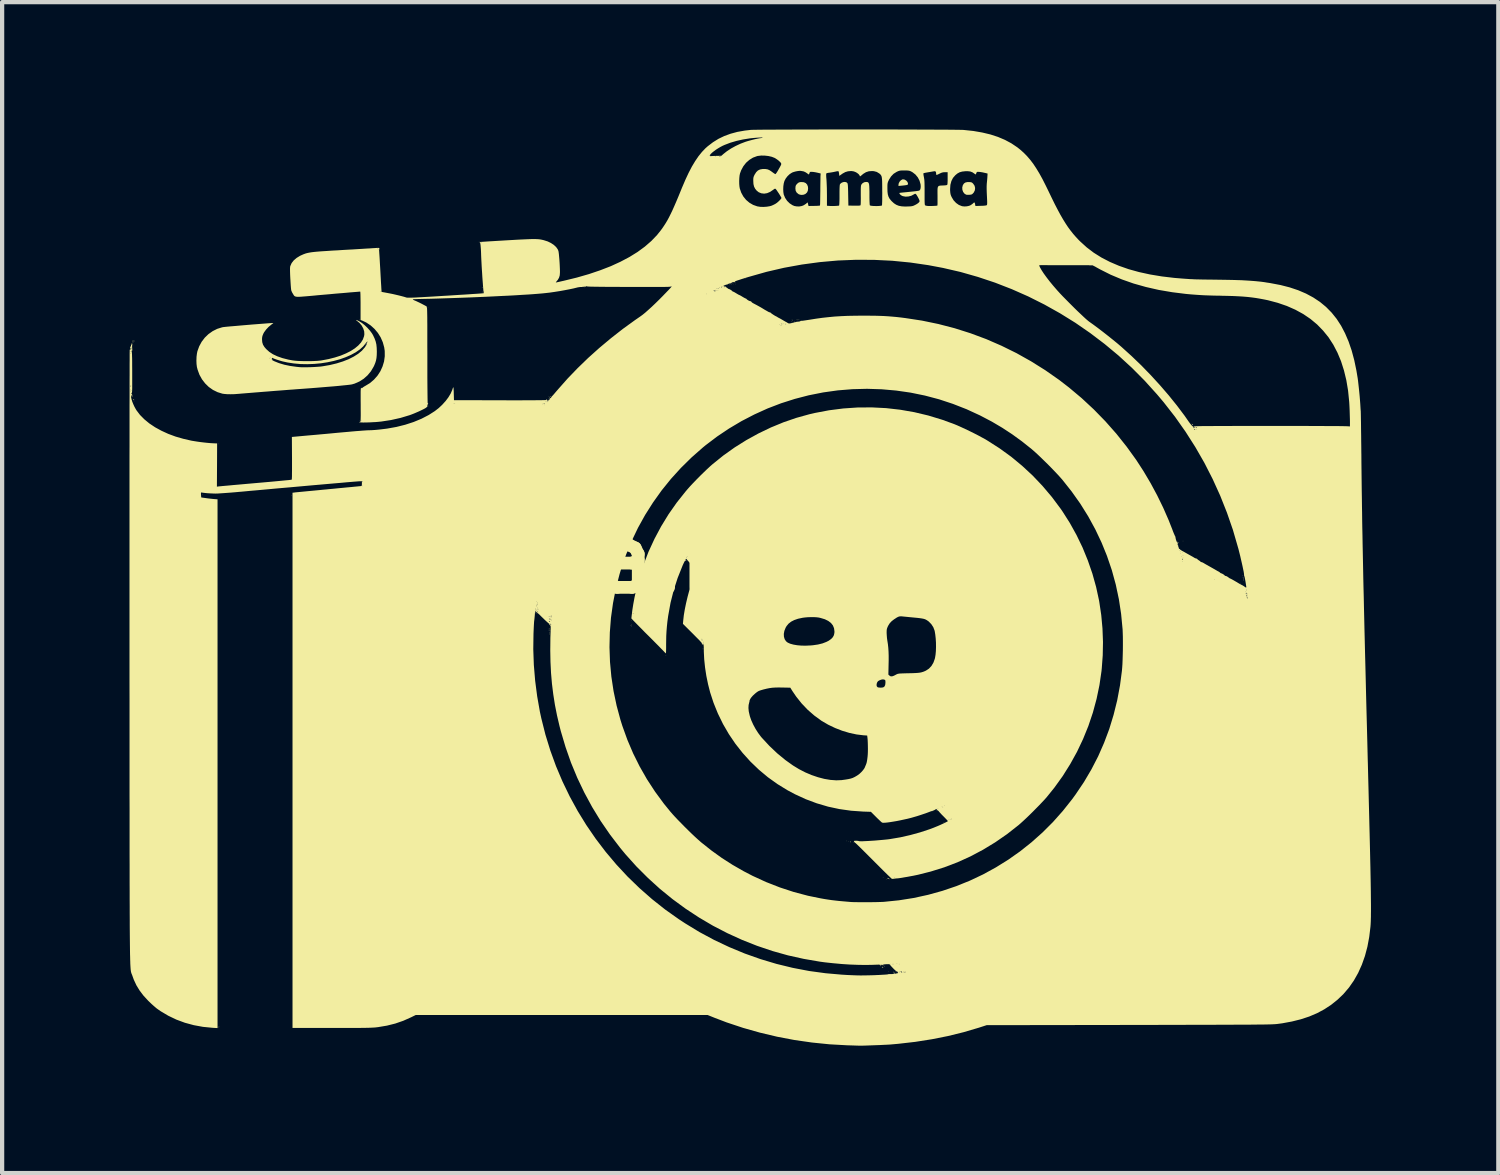
<source format=kicad_pcb>
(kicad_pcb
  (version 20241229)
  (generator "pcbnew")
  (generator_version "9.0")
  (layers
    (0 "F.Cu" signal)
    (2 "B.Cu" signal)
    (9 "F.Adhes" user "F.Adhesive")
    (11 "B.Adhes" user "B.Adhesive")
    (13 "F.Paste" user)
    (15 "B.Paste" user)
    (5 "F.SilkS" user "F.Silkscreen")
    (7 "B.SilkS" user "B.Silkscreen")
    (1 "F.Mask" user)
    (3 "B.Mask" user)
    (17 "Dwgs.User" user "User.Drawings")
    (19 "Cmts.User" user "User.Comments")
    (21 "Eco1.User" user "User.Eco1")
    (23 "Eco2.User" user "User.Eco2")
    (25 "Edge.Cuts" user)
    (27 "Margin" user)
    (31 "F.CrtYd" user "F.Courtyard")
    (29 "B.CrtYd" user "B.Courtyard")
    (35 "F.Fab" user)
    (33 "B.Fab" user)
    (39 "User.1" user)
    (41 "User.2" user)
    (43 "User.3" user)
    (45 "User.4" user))
  (footprint "camera1"
    (layer "F.Cu")
    (at 14.519 10.107)
    (property "Reference" "camera1" (at 0 0 0) (layer "F.SilkS") (effects (font (size 1.5 1.5) (thickness 0.3))))
    (attr board_only exclude_from_pos_files exclude_from_bom)
    (fp_poly (pts (xy -14.425 -5.089) (xy -14.43 -5.084) (xy -14.436 -5.089) (xy -14.43 -5.094)) (stroke (width 0) (type solid)) (fill yes) (layer "F.SilkS"))
    (fp_poly (pts (xy -14.405 -5.14) (xy -14.41 -5.135) (xy -14.415 -5.14) (xy -14.41 -5.145)) (stroke (width 0) (type solid)) (fill yes) (layer "F.SilkS"))
    (fp_poly (pts (xy -14.405 -3.711) (xy -14.41 -3.706) (xy -14.415 -3.711) (xy -14.41 -3.716)) (stroke (width 0) (type solid)) (fill yes) (layer "F.SilkS"))
    (fp_poly (pts (xy -12.802 -1.516) (xy -12.807 -1.511) (xy -12.812 -1.516) (xy -12.807 -1.521)) (stroke (width 0) (type solid)) (fill yes) (layer "F.SilkS"))
    (fp_poly (pts (xy -12.424 -2.7) (xy -12.429 -2.695) (xy -12.435 -2.7) (xy -12.429 -2.705)) (stroke (width 0) (type solid)) (fill yes) (layer "F.SilkS"))
    (fp_poly (pts (xy -12.424 11.031) (xy -12.429 11.036) (xy -12.435 11.031) (xy -12.429 11.026)) (stroke (width 0) (type solid)) (fill yes) (layer "F.SilkS"))
    (fp_poly (pts (xy -12.424 11.051) (xy -12.429 11.056) (xy -12.435 11.051) (xy -12.429 11.046)) (stroke (width 0) (type solid)) (fill yes) (layer "F.SilkS"))
    (fp_poly (pts (xy -12.404 11.031) (xy -12.409 11.036) (xy -12.414 11.031) (xy -12.409 11.026)) (stroke (width 0) (type solid)) (fill yes) (layer "F.SilkS"))
    (fp_poly (pts (xy -10.699 -1.485) (xy -10.704 -1.48) (xy -10.709 -1.485) (xy -10.704 -1.491)) (stroke (width 0) (type solid)) (fill yes) (layer "F.SilkS"))
    (fp_poly (pts (xy -9.096 -5.63) (xy -9.101 -5.625) (xy -9.106 -5.63) (xy -9.101 -5.635)) (stroke (width 0) (type solid)) (fill yes) (layer "F.SilkS"))
    (fp_poly (pts (xy -9.096 -3.241) (xy -9.101 -3.236) (xy -9.106 -3.241) (xy -9.101 -3.246)) (stroke (width 0) (type solid)) (fill yes) (layer "F.SilkS"))
    (fp_poly (pts (xy -7.483 -5.916) (xy -7.488 -5.911) (xy -7.493 -5.916) (xy -7.488 -5.921)) (stroke (width 0) (type solid)) (fill yes) (layer "F.SilkS"))
    (fp_poly (pts (xy -7.483 -3.609) (xy -7.488 -3.604) (xy -7.493 -3.609) (xy -7.488 -3.614)) (stroke (width 0) (type solid)) (fill yes) (layer "F.SilkS"))
    (fp_poly (pts (xy -7.483 -3.578) (xy -7.488 -3.573) (xy -7.493 -3.578) (xy -7.488 -3.583)) (stroke (width 0) (type solid)) (fill yes) (layer "F.SilkS"))
    (fp_poly (pts (xy -6.279 -7.458) (xy -6.284 -7.453) (xy -6.289 -7.458) (xy -6.284 -7.463)) (stroke (width 0) (type solid)) (fill yes) (layer "F.SilkS"))
    (fp_poly (pts (xy -6.279 -7.437) (xy -6.284 -7.432) (xy -6.289 -7.437) (xy -6.284 -7.442)) (stroke (width 0) (type solid)) (fill yes) (layer "F.SilkS"))
    (fp_poly (pts (xy -4.941 1.302) (xy -4.946 1.307) (xy -4.951 1.302) (xy -4.946 1.297)) (stroke (width 0) (type solid)) (fill yes) (layer "F.SilkS"))
    (fp_poly (pts (xy -4.931 1.271) (xy -4.936 1.276) (xy -4.941 1.271) (xy -4.936 1.266)) (stroke (width 0) (type solid)) (fill yes) (layer "F.SilkS"))
    (fp_poly (pts (xy -4.655 -3.752) (xy -4.66 -3.747) (xy -4.666 -3.752) (xy -4.66 -3.757)) (stroke (width 0) (type solid)) (fill yes) (layer "F.SilkS"))
    (fp_poly (pts (xy -4.645 -3.731) (xy -4.65 -3.726) (xy -4.655 -3.731) (xy -4.65 -3.736)) (stroke (width 0) (type solid)) (fill yes) (layer "F.SilkS"))
    (fp_poly (pts (xy -4.635 -3.813) (xy -4.64 -3.808) (xy -4.645 -3.813) (xy -4.64 -3.818)) (stroke (width 0) (type solid)) (fill yes) (layer "F.SilkS"))
    (fp_poly (pts (xy -4.635 -3.772) (xy -4.64 -3.767) (xy -4.645 -3.772) (xy -4.64 -3.777)) (stroke (width 0) (type solid)) (fill yes) (layer "F.SilkS"))
    (fp_poly (pts (xy -4.635 1.659) (xy -4.64 1.664) (xy -4.645 1.659) (xy -4.64 1.654)) (stroke (width 0) (type solid)) (fill yes) (layer "F.SilkS"))
    (fp_poly (pts (xy -4.614 1.669) (xy -4.62 1.674) (xy -4.625 1.669) (xy -4.62 1.664)) (stroke (width 0) (type solid)) (fill yes) (layer "F.SilkS"))
    (fp_poly (pts (xy -4.614 1.73) (xy -4.62 1.736) (xy -4.625 1.73) (xy -4.62 1.725)) (stroke (width 0) (type solid)) (fill yes) (layer "F.SilkS"))
    (fp_poly (pts (xy -4.614 1.751) (xy -4.62 1.756) (xy -4.625 1.751) (xy -4.62 1.746)) (stroke (width 0) (type solid)) (fill yes) (layer "F.SilkS"))
    (fp_poly (pts (xy -4.604 1.7) (xy -4.609 1.705) (xy -4.614 1.7) (xy -4.609 1.695)) (stroke (width 0) (type solid)) (fill yes) (layer "F.SilkS"))
    (fp_poly (pts (xy -3.798 -6.396) (xy -3.803 -6.391) (xy -3.808 -6.396) (xy -3.803 -6.401)) (stroke (width 0) (type solid)) (fill yes) (layer "F.SilkS"))
    (fp_poly (pts (xy -2.705 1.577) (xy -2.71 1.582) (xy -2.716 1.577) (xy -2.71 1.572)) (stroke (width 0) (type solid)) (fill yes) (layer "F.SilkS"))
    (fp_poly (pts (xy -2.695 1.557) (xy -2.7 1.562) (xy -2.705 1.557) (xy -2.7 1.552)) (stroke (width 0) (type solid)) (fill yes) (layer "F.SilkS"))
    (fp_poly (pts (xy -2.695 1.598) (xy -2.7 1.603) (xy -2.705 1.598) (xy -2.7 1.593)) (stroke (width 0) (type solid)) (fill yes) (layer "F.SilkS"))
    (fp_poly (pts (xy -2.685 1.455) (xy -2.69 1.46) (xy -2.695 1.455) (xy -2.69 1.45)) (stroke (width 0) (type solid)) (fill yes) (layer "F.SilkS"))
    (fp_poly (pts (xy -2.685 1.577) (xy -2.69 1.582) (xy -2.695 1.577) (xy -2.69 1.572)) (stroke (width 0) (type solid)) (fill yes) (layer "F.SilkS"))
    (fp_poly (pts (xy -1.878 2.282) (xy -1.884 2.287) (xy -1.889 2.282) (xy -1.884 2.277)) (stroke (width 0) (type solid)) (fill yes) (layer "F.SilkS"))
    (fp_poly (pts (xy -1.184 0.26) (xy -1.189 0.265) (xy -1.194 0.26) (xy -1.189 0.255)) (stroke (width 0) (type solid)) (fill yes) (layer "F.SilkS"))
    (fp_poly (pts (xy -1.041 1.996) (xy -1.046 2.001) (xy -1.052 1.996) (xy -1.046 1.991)) (stroke (width 0) (type solid)) (fill yes) (layer "F.SilkS"))
    (fp_poly (pts (xy -1.021 2.129) (xy -1.026 2.134) (xy -1.031 2.129) (xy -1.026 2.123)) (stroke (width 0) (type solid)) (fill yes) (layer "F.SilkS"))
    (fp_poly (pts (xy -1 2.129) (xy -1.006 2.134) (xy -1.011 2.129) (xy -1.006 2.123)) (stroke (width 0) (type solid)) (fill yes) (layer "F.SilkS"))
    (fp_poly (pts (xy -0.837 -9.499) (xy -0.842 -9.494) (xy -0.847 -9.499) (xy -0.842 -9.505)) (stroke (width 0) (type solid)) (fill yes) (layer "F.SilkS"))
    (fp_poly (pts (xy -0.725 -6.304) (xy -0.73 -6.299) (xy -0.735 -6.304) (xy -0.73 -6.309)) (stroke (width 0) (type solid)) (fill yes) (layer "F.SilkS"))
    (fp_poly (pts (xy -0.337 -6.457) (xy -0.342 -6.452) (xy -0.347 -6.457) (xy -0.342 -6.462)) (stroke (width 0) (type solid)) (fill yes) (layer "F.SilkS"))
    (fp_poly (pts (xy -0.306 -6.478) (xy -0.311 -6.473) (xy -0.316 -6.478) (xy -0.311 -6.483)) (stroke (width 0) (type solid)) (fill yes) (layer "F.SilkS"))
    (fp_poly (pts (xy -0.296 -6.498) (xy -0.301 -6.493) (xy -0.306 -6.498) (xy -0.301 -6.503)) (stroke (width 0) (type solid)) (fill yes) (layer "F.SilkS"))
    (fp_poly (pts (xy -0.286 -6.467) (xy -0.291 -6.462) (xy -0.296 -6.467) (xy -0.291 -6.473)) (stroke (width 0) (type solid)) (fill yes) (layer "F.SilkS"))
    (fp_poly (pts (xy -0.245 -6.467) (xy -0.25 -6.462) (xy -0.255 -6.467) (xy -0.25 -6.473)) (stroke (width 0) (type solid)) (fill yes) (layer "F.SilkS"))
    (fp_poly (pts (xy -0.235 -6.498) (xy -0.24 -6.493) (xy -0.245 -6.498) (xy -0.24 -6.503)) (stroke (width 0) (type solid)) (fill yes) (layer "F.SilkS"))
    (fp_poly (pts (xy 0 -6.6) (xy -0.005 -6.595) (xy -0.01 -6.6) (xy -0.005 -6.605)) (stroke (width 0) (type solid)) (fill yes) (layer "F.SilkS"))
    (fp_poly (pts (xy 1.082 -5.589) (xy 1.077 -5.584) (xy 1.072 -5.589) (xy 1.077 -5.595)) (stroke (width 0) (type solid)) (fill yes) (layer "F.SilkS"))
    (fp_poly (pts (xy 1.092 -5.63) (xy 1.087 -5.625) (xy 1.082 -5.63) (xy 1.087 -5.635)) (stroke (width 0) (type solid)) (fill yes) (layer "F.SilkS"))
    (fp_poly (pts (xy 1.092 -5.569) (xy 1.087 -5.564) (xy 1.082 -5.569) (xy 1.087 -5.574)) (stroke (width 0) (type solid)) (fill yes) (layer "F.SilkS"))
    (fp_poly (pts (xy 1.154 -5.589) (xy 1.149 -5.584) (xy 1.143 -5.589) (xy 1.149 -5.595)) (stroke (width 0) (type solid)) (fill yes) (layer "F.SilkS"))
    (fp_poly (pts (xy 1.194 -5.63) (xy 1.189 -5.625) (xy 1.184 -5.63) (xy 1.189 -5.635)) (stroke (width 0) (type solid)) (fill yes) (layer "F.SilkS"))
    (fp_poly (pts (xy 1.256 -5.63) (xy 1.251 -5.625) (xy 1.245 -5.63) (xy 1.251 -5.635)) (stroke (width 0) (type solid)) (fill yes) (layer "F.SilkS"))
    (fp_poly (pts (xy 2.368 6.651) (xy 2.363 6.656) (xy 2.358 6.651) (xy 2.363 6.646)) (stroke (width 0) (type solid)) (fill yes) (layer "F.SilkS"))
    (fp_poly (pts (xy 2.43 6.661) (xy 2.425 6.666) (xy 2.42 6.661) (xy 2.425 6.656)) (stroke (width 0) (type solid)) (fill yes) (layer "F.SilkS"))
    (fp_poly (pts (xy 2.471 6.692) (xy 2.465 6.697) (xy 2.46 6.692) (xy 2.465 6.687)) (stroke (width 0) (type solid)) (fill yes) (layer "F.SilkS"))
    (fp_poly (pts (xy 2.542 6.682) (xy 2.537 6.687) (xy 2.532 6.682) (xy 2.537 6.677)) (stroke (width 0) (type solid)) (fill yes) (layer "F.SilkS"))
    (fp_poly (pts (xy 3.216 9.602) (xy 3.211 9.607) (xy 3.206 9.602) (xy 3.211 9.596)) (stroke (width 0) (type solid)) (fill yes) (layer "F.SilkS"))
    (fp_poly (pts (xy 3.236 7.519) (xy 3.231 7.524) (xy 3.226 7.519) (xy 3.231 7.514)) (stroke (width 0) (type solid)) (fill yes) (layer "F.SilkS"))
    (fp_poly (pts (xy 3.257 9.581) (xy 3.252 9.586) (xy 3.246 9.581) (xy 3.252 9.576)) (stroke (width 0) (type solid)) (fill yes) (layer "F.SilkS"))
    (fp_poly (pts (xy 3.308 7.56) (xy 3.303 7.565) (xy 3.298 7.56) (xy 3.303 7.555)) (stroke (width 0) (type solid)) (fill yes) (layer "F.SilkS"))
    (fp_poly (pts (xy 3.369 9.734) (xy 3.364 9.739) (xy 3.359 9.734) (xy 3.364 9.729)) (stroke (width 0) (type solid)) (fill yes) (layer "F.SilkS"))
    (fp_poly (pts (xy 3.522 9.734) (xy 3.517 9.739) (xy 3.512 9.734) (xy 3.517 9.729)) (stroke (width 0) (type solid)) (fill yes) (layer "F.SilkS"))
    (fp_poly (pts (xy 3.573 9.744) (xy 3.568 9.75) (xy 3.563 9.744) (xy 3.568 9.739)) (stroke (width 0) (type solid)) (fill yes) (layer "F.SilkS"))
    (fp_poly (pts (xy 4.502 5.937) (xy 4.497 5.942) (xy 4.492 5.937) (xy 4.497 5.931)) (stroke (width 0) (type solid)) (fill yes) (layer "F.SilkS"))
    (fp_poly (pts (xy 6.932 -6.906) (xy 6.927 -6.901) (xy 6.922 -6.906) (xy 6.927 -6.911)) (stroke (width 0) (type solid)) (fill yes) (layer "F.SilkS"))
    (fp_poly (pts (xy 8.137 -6.896) (xy 8.131 -6.891) (xy 8.126 -6.896) (xy 8.131 -6.901)) (stroke (width 0) (type solid)) (fill yes) (layer "F.SilkS"))
    (fp_poly (pts (xy 10.168 -0.393) (xy 10.163 -0.388) (xy 10.158 -0.393) (xy 10.163 -0.398)) (stroke (width 0) (type solid)) (fill yes) (layer "F.SilkS"))
    (fp_poly (pts (xy 10.199 -0.301) (xy 10.194 -0.296) (xy 10.189 -0.301) (xy 10.194 -0.306)) (stroke (width 0) (type solid)) (fill yes) (layer "F.SilkS"))
    (fp_poly (pts (xy 10.301 -0.413) (xy 10.296 -0.408) (xy 10.291 -0.413) (xy 10.296 -0.419)) (stroke (width 0) (type solid)) (fill yes) (layer "F.SilkS"))
    (fp_poly (pts (xy 10.495 -3.17) (xy 10.49 -3.165) (xy 10.485 -3.17) (xy 10.49 -3.175)) (stroke (width 0) (type solid)) (fill yes) (layer "F.SilkS"))
    (fp_poly (pts (xy 10.556 -3.088) (xy 10.551 -3.083) (xy 10.546 -3.088) (xy 10.551 -3.093)) (stroke (width 0) (type solid)) (fill yes) (layer "F.SilkS"))
    (fp_poly (pts (xy 11.659 0.577) (xy 11.654 0.582) (xy 11.648 0.577) (xy 11.654 0.572)) (stroke (width 0) (type solid)) (fill yes) (layer "F.SilkS"))
    (fp_poly (pts (xy 11.7 0.393) (xy 11.694 0.398) (xy 11.689 0.393) (xy 11.694 0.388)) (stroke (width 0) (type solid)) (fill yes) (layer "F.SilkS"))
    (fp_poly (pts (xy -6.21 -6.387) (xy -6.209 -6.375) (xy -6.21 -6.374) (xy -6.217 -6.375) (xy -6.217 -6.381) (xy -6.214 -6.389)) (stroke (width 0) (type solid)) (fill yes) (layer "F.SilkS"))
    (fp_poly (pts (xy -6.21 -6.285) (xy -6.209 -6.273) (xy -6.21 -6.272) (xy -6.217 -6.273) (xy -6.217 -6.279) (xy -6.214 -6.287)) (stroke (width 0) (type solid)) (fill yes) (layer "F.SilkS"))
    (fp_poly (pts (xy -4.914 1.29) (xy -4.915 1.296) (xy -4.921 1.297) (xy -4.929 1.293) (xy -4.928 1.29) (xy -4.915 1.289)) (stroke (width 0) (type solid)) (fill yes) (layer "F.SilkS"))
    (fp_poly (pts (xy -4.618 1.637) (xy -4.619 1.643) (xy -4.625 1.644) (xy -4.633 1.64) (xy -4.631 1.637) (xy -4.619 1.636)) (stroke (width 0) (type solid)) (fill yes) (layer "F.SilkS"))
    (fp_poly (pts (xy -0.371 -6.469) (xy -0.372 -6.463) (xy -0.378 -6.462) (xy -0.386 -6.466) (xy -0.385 -6.469) (xy -0.372 -6.47)) (stroke (width 0) (type solid)) (fill yes) (layer "F.SilkS"))
    (fp_poly (pts (xy 1.099 -5.612) (xy 1.098 -5.605) (xy 1.092 -5.605) (xy 1.084 -5.608) (xy 1.086 -5.612) (xy 1.098 -5.613)) (stroke (width 0) (type solid)) (fill yes) (layer "F.SilkS"))
    (fp_poly (pts (xy 3.233 9.569) (xy 3.234 9.581) (xy 3.233 9.583) (xy 3.227 9.581) (xy 3.226 9.576) (xy 3.23 9.568)) (stroke (width 0) (type solid)) (fill yes) (layer "F.SilkS"))
    (fp_poly (pts (xy 3.274 9.6) (xy 3.272 9.606) (xy 3.267 9.607) (xy 3.258 9.603) (xy 3.26 9.6) (xy 3.272 9.599)) (stroke (width 0) (type solid)) (fill yes) (layer "F.SilkS"))
    (fp_poly (pts (xy 4.672 6.21) (xy 4.671 6.217) (xy 4.666 6.217) (xy 4.657 6.214) (xy 4.659 6.21) (xy 4.671 6.209)) (stroke (width 0) (type solid)) (fill yes) (layer "F.SilkS"))
    (fp_poly (pts (xy 8.113 -6.898) (xy 8.111 -6.892) (xy 8.106 -6.891) (xy 8.098 -6.895) (xy 8.099 -6.898) (xy 8.111 -6.899)) (stroke (width 0) (type solid)) (fill yes) (layer "F.SilkS"))
    (fp_poly (pts (xy 11.727 0.504) (xy 11.728 0.516) (xy 11.727 0.517) (xy 11.721 0.516) (xy 11.72 0.51) (xy 11.724 0.502)) (stroke (width 0) (type solid)) (fill yes) (layer "F.SilkS"))
    (fp_poly (pts (xy -14.417 -5.121) (xy -14.406 -5.111) (xy -14.408 -5.105) (xy -14.409 -5.105) (xy -14.418 -5.112) (xy -14.421 -5.116) (xy -14.422 -5.123)) (stroke (width 0) (type solid)) (fill yes) (layer "F.SilkS"))
    (fp_poly (pts (xy -11.15 -4.702) (xy -11.139 -4.692) (xy -11.141 -4.686) (xy -11.143 -4.686) (xy -11.151 -4.693) (xy -11.154 -4.698) (xy -11.156 -4.705)) (stroke (width 0) (type solid)) (fill yes) (layer "F.SilkS"))
    (fp_poly (pts (xy 2.459 6.66) (xy 2.47 6.671) (xy 2.468 6.677) (xy 2.466 6.677) (xy 2.457 6.669) (xy 2.454 6.665) (xy 2.453 6.658)) (stroke (width 0) (type solid)) (fill yes) (layer "F.SilkS"))
    (fp_poly (pts (xy 11.708 0.433) (xy 11.719 0.443) (xy 11.717 0.449) (xy 11.715 0.449) (xy 11.707 0.442) (xy 11.704 0.437) (xy 11.702 0.43)) (stroke (width 0) (type solid)) (fill yes) (layer "F.SilkS"))
    (fp_poly (pts (xy -14.439 -5.108) (xy -14.441 -5.105) (xy -14.45 -5.095) (xy -14.452 -5.094) (xy -14.453 -5.101) (xy -14.451 -5.105) (xy -14.441 -5.114) (xy -14.439 -5.115)) (stroke (width 0) (type solid)) (fill yes) (layer "F.SilkS"))
    (fp_poly (pts (xy -14.429 -5.139) (xy -14.43 -5.135) (xy -14.44 -5.125) (xy -14.442 -5.125) (xy -14.443 -5.132) (xy -14.441 -5.135) (xy -14.431 -5.145) (xy -14.429 -5.145)) (stroke (width 0) (type solid)) (fill yes) (layer "F.SilkS"))
    (fp_poly (pts (xy -8.946 -5.037) (xy -8.948 -5.033) (xy -8.958 -5.023) (xy -8.96 -5.023) (xy -8.96 -5.029) (xy -8.958 -5.033) (xy -8.949 -5.043) (xy -8.947 -5.043)) (stroke (width 0) (type solid)) (fill yes) (layer "F.SilkS"))
    (fp_poly (pts (xy -4.628 1.691) (xy -4.63 1.695) (xy -4.639 1.704) (xy -4.641 1.705) (xy -4.642 1.698) (xy -4.64 1.695) (xy -4.63 1.685) (xy -4.629 1.684)) (stroke (width 0) (type solid)) (fill yes) (layer "F.SilkS"))
    (fp_poly (pts (xy -4.618 1.773) (xy -4.62 1.776) (xy -4.629 1.786) (xy -4.631 1.787) (xy -4.632 1.78) (xy -4.63 1.776) (xy -4.62 1.767) (xy -4.618 1.766)) (stroke (width 0) (type solid)) (fill yes) (layer "F.SilkS"))
    (fp_poly (pts (xy -4.598 -3.822) (xy -4.609 -3.808) (xy -4.625 -3.793) (xy -4.633 -3.788) (xy -4.631 -3.794) (xy -4.62 -3.808) (xy -4.604 -3.823) (xy -4.596 -3.828)) (stroke (width 0) (type solid)) (fill yes) (layer "F.SilkS"))
    (fp_poly (pts (xy 1.232 -5.629) (xy 1.23 -5.625) (xy 1.221 -5.615) (xy 1.219 -5.615) (xy 1.218 -5.622) (xy 1.22 -5.625) (xy 1.23 -5.635) (xy 1.231 -5.635)) (stroke (width 0) (type solid)) (fill yes) (layer "F.SilkS"))
    (fp_poly (pts (xy 3.233 9.622) (xy 3.236 9.626) (xy 3.228 9.633) (xy 3.213 9.633) (xy 3.201 9.628) (xy 3.201 9.628) (xy 3.206 9.622) (xy 3.217 9.62)) (stroke (width 0) (type solid)) (fill yes) (layer "F.SilkS"))
    (fp_poly (pts (xy 3.478 9.736) (xy 3.476 9.739) (xy 3.467 9.749) (xy 3.465 9.75) (xy 3.464 9.743) (xy 3.466 9.739) (xy 3.476 9.73) (xy 3.477 9.729)) (stroke (width 0) (type solid)) (fill yes) (layer "F.SilkS"))
    (fp_poly (pts (xy 3.498 9.746) (xy 3.497 9.75) (xy 3.487 9.759) (xy 3.485 9.76) (xy 3.484 9.753) (xy 3.486 9.75) (xy 3.496 9.74) (xy 3.498 9.739)) (stroke (width 0) (type solid)) (fill yes) (layer "F.SilkS"))
    (fp_poly (pts (xy 10.531 -3.164) (xy 10.532 -3.158) (xy 10.531 -3.145) (xy 10.53 -3.144) (xy 10.523 -3.151) (xy 10.517 -3.158) (xy 10.511 -3.169) (xy 10.519 -3.172)) (stroke (width 0) (type solid)) (fill yes) (layer "F.SilkS"))
    (fp_poly (pts (xy 11.735 0.478) (xy 11.734 0.482) (xy 11.726 0.49) (xy 11.725 0.49) (xy 11.717 0.483) (xy 11.716 0.482) (xy 11.719 0.474) (xy 11.725 0.473)) (stroke (width 0) (type solid)) (fill yes) (layer "F.SilkS"))
    (fp_poly (pts (xy -14.413 -3.751) (xy -14.41 -3.738) (xy -14.417 -3.731) (xy -14.424 -3.729) (xy -14.422 -3.734) (xy -14.423 -3.747) (xy -14.428 -3.75) (xy -14.435 -3.755) (xy -14.428 -3.756)) (stroke (width 0) (type solid)) (fill yes) (layer "F.SilkS"))
    (fp_poly (pts (xy 3.361 7.529) (xy 3.369 7.535) (xy 3.386 7.549) (xy 3.388 7.554) (xy 3.374 7.548) (xy 3.369 7.545) (xy 3.353 7.539) (xy 3.347 7.54) (xy 3.336 7.538) (xy 3.334 7.535) (xy 3.333 7.529) (xy 3.338 7.529) (xy 3.343 7.534) (xy 3.349 7.529) (xy 3.343 7.524) (xy 3.338 7.529) (xy 3.333 7.529) (xy 3.331 7.523) (xy 3.342 7.521)) (stroke (width 0) (type solid)) (fill yes) (layer "F.SilkS"))
    (fp_poly (pts (xy 3.743 -8.925) (xy 3.779 -8.902) (xy 3.806 -8.871) (xy 3.818 -8.835) (xy 3.818 -8.83) (xy 3.817 -8.818) (xy 3.812 -8.809) (xy 3.8 -8.802) (xy 3.778 -8.797) (xy 3.743 -8.792) (xy 3.691 -8.786) (xy 3.668 -8.784) (xy 3.594 -8.777) (xy 3.594 -8.804) (xy 3.601 -8.843) (xy 3.622 -8.881) (xy 3.651 -8.911) (xy 3.684 -8.93) (xy 3.703 -8.933)) (stroke (width 0) (type solid)) (fill yes) (layer "F.SilkS"))
    (fp_poly (pts (xy 1.363 -8.865) (xy 1.409 -8.845) (xy 1.442 -8.81) (xy 1.461 -8.761) (xy 1.465 -8.718) (xy 1.459 -8.665) (xy 1.44 -8.624) (xy 1.405 -8.591) (xy 1.396 -8.585) (xy 1.351 -8.569) (xy 1.301 -8.566) (xy 1.253 -8.578) (xy 1.238 -8.586) (xy 1.197 -8.62) (xy 1.173 -8.662) (xy 1.166 -8.716) (xy 1.167 -8.732) (xy 1.17 -8.768) (xy 1.179 -8.794) (xy 1.196 -8.816) (xy 1.207 -8.828) (xy 1.232 -8.85) (xy 1.255 -8.862) (xy 1.285 -8.868) (xy 1.304 -8.869)) (stroke (width 0) (type solid)) (fill yes) (layer "F.SilkS"))
    (fp_poly (pts (xy 5.256 -8.869) (xy 5.293 -8.866) (xy 5.318 -8.86) (xy 5.337 -8.847) (xy 5.355 -8.828) (xy 5.387 -8.781) (xy 5.399 -8.728) (xy 5.393 -8.675) (xy 5.369 -8.625) (xy 5.355 -8.609) (xy 5.334 -8.587) (xy 5.314 -8.576) (xy 5.286 -8.571) (xy 5.262 -8.569) (xy 5.226 -8.568) (xy 5.198 -8.57) (xy 5.186 -8.572) (xy 5.145 -8.599) (xy 5.116 -8.639) (xy 5.099 -8.687) (xy 5.096 -8.74) (xy 5.109 -8.792) (xy 5.111 -8.797) (xy 5.137 -8.836) (xy 5.173 -8.859) (xy 5.22 -8.869)) (stroke (width 0) (type solid)) (fill yes) (layer "F.SilkS"))
    (fp_poly (pts (xy -9.175 -5.62) (xy -9.151 -5.611) (xy -9.112 -5.592) (xy -9.105 -5.588) (xy -9.044 -5.55) (xy -8.98 -5.498) (xy -8.916 -5.437) (xy -8.858 -5.372) (xy -8.809 -5.307) (xy -8.783 -5.263) (xy -8.747 -5.187) (xy -8.721 -5.116) (xy -8.704 -5.044) (xy -8.696 -4.965) (xy -8.693 -4.875) (xy -8.695 -4.793) (xy -8.701 -4.726) (xy -8.712 -4.667) (xy -8.73 -4.609) (xy -8.755 -4.548) (xy -8.77 -4.517) (xy -8.833 -4.411) (xy -8.911 -4.317) (xy -9.002 -4.236) (xy -9.104 -4.171) (xy -9.215 -4.122) (xy -9.276 -4.104) (xy -9.303 -4.099) (xy -9.349 -4.093) (xy -9.413 -4.086) (xy -9.494 -4.078) (xy -9.59 -4.068) (xy -9.7 -4.058) (xy -9.822 -4.048) (xy -9.956 -4.037) (xy -10.1 -4.025) (xy -10.253 -4.013) (xy -10.414 -4.001) (xy -10.581 -3.989) (xy -10.684 -3.981) (xy -10.73 -3.978) (xy -10.793 -3.973) (xy -10.869 -3.967) (xy -10.957 -3.96) (xy -11.053 -3.953) (xy -11.156 -3.945) (xy -11.262 -3.936) (xy -11.37 -3.928) (xy -11.476 -3.919) (xy -11.578 -3.911) (xy -11.674 -3.903) (xy -11.761 -3.896) (xy -11.836 -3.89) (xy -11.897 -3.885) (xy -11.941 -3.881) (xy -11.955 -3.88) (xy -12.047 -3.873) (xy -12.135 -3.871) (xy -12.216 -3.872) (xy -12.285 -3.878) (xy -12.329 -3.884) (xy -12.445 -3.92) (xy -12.553 -3.973) (xy -12.651 -4.042) (xy -12.737 -4.126) (xy -12.811 -4.222) (xy -12.871 -4.33) (xy -12.914 -4.447) (xy -12.931 -4.513) (xy -12.94 -4.585) (xy -12.943 -4.667) (xy -12.941 -4.706) (xy -11.167 -4.706) (xy -11.166 -4.69) (xy -11.159 -4.677) (xy -11.141 -4.665) (xy -11.109 -4.649) (xy -11.105 -4.647) (xy -10.998 -4.604) (xy -10.875 -4.567) (xy -10.737 -4.538) (xy -10.588 -4.517) (xy -10.5 -4.508) (xy -10.451 -4.506) (xy -10.387 -4.506) (xy -10.313 -4.507) (xy -10.234 -4.509) (xy -10.155 -4.513) (xy -10.081 -4.518) (xy -10.018 -4.523) (xy -9.979 -4.528) (xy -9.804 -4.558) (xy -9.641 -4.597) (xy -9.491 -4.644) (xy -9.356 -4.697) (xy -9.236 -4.758) (xy -9.132 -4.824) (xy -9.045 -4.896) (xy -8.977 -4.974) (xy -8.962 -4.996) (xy -8.941 -5.029) (xy -8.932 -5.051) (xy -8.931 -5.065) (xy -8.935 -5.072) (xy -8.942 -5.082) (xy -8.937 -5.081) (xy -8.925 -5.082) (xy -8.917 -5.095) (xy -8.919 -5.108) (xy -8.92 -5.109) (xy -8.929 -5.105) (xy -8.943 -5.088) (xy -8.951 -5.076) (xy -9.014 -4.998) (xy -9.095 -4.925) (xy -9.192 -4.858) (xy -9.304 -4.797) (xy -9.428 -4.743) (xy -9.562 -4.695) (xy -9.705 -4.656) (xy -9.855 -4.624) (xy -10.01 -4.6) (xy -10.169 -4.585) (xy -10.329 -4.579) (xy -10.488 -4.582) (xy -10.645 -4.596) (xy -10.798 -4.619) (xy -10.911 -4.644) (xy -10.958 -4.657) (xy -11.008 -4.673) (xy -11.058 -4.689) (xy -11.102 -4.705) (xy -11.135 -4.718) (xy -11.154 -4.728) (xy -11.154 -4.728) (xy -11.162 -4.726) (xy -11.167 -4.706) (xy -12.941 -4.706) (xy -12.941 -4.722) (xy -11.22 -4.722) (xy -11.215 -4.717) (xy -11.209 -4.722) (xy -11.215 -4.727) (xy -11.22 -4.722) (xy -12.941 -4.722) (xy -12.94 -4.742) (xy -11.199 -4.742) (xy -11.194 -4.737) (xy -11.189 -4.742) (xy -11.194 -4.747) (xy -11.199 -4.742) (xy -12.94 -4.742) (xy -12.94 -4.752) (xy -12.93 -4.832) (xy -12.919 -4.885) (xy -12.877 -5) (xy -12.819 -5.107) (xy -12.745 -5.204) (xy -12.659 -5.287) (xy -12.56 -5.357) (xy -12.453 -5.411) (xy -12.338 -5.447) (xy -12.314 -5.452) (xy -12.296 -5.454) (xy -12.261 -5.458) (xy -12.21 -5.463) (xy -12.146 -5.469) (xy -12.072 -5.475) (xy -11.99 -5.482) (xy -11.901 -5.49) (xy -11.807 -5.498) (xy -11.712 -5.506) (xy -11.617 -5.514) (xy -11.525 -5.521) (xy -11.437 -5.528) (xy -11.356 -5.534) (xy -11.284 -5.54) (xy -11.224 -5.544) (xy -11.176 -5.547) (xy -11.145 -5.549) (xy -11.131 -5.549) (xy -11.13 -5.549) (xy -11.137 -5.543) (xy -11.155 -5.528) (xy -11.175 -5.513) (xy -11.242 -5.458) (xy -11.301 -5.395) (xy -11.348 -5.331) (xy -11.365 -5.3) (xy -11.383 -5.257) (xy -11.393 -5.221) (xy -11.397 -5.181) (xy -11.397 -5.161) (xy -11.392 -5.096) (xy -11.374 -5.038) (xy -11.341 -4.984) (xy -11.3 -4.936) (xy -11.227 -4.87) (xy -11.14 -4.813) (xy -11.036 -4.764) (xy -10.916 -4.722) (xy -10.778 -4.687) (xy -10.684 -4.669) (xy -10.624 -4.661) (xy -10.548 -4.655) (xy -10.461 -4.652) (xy -10.368 -4.65) (xy -10.273 -4.65) (xy -10.181 -4.653) (xy -10.096 -4.657) (xy -10.023 -4.664) (xy -9.99 -4.669) (xy -9.83 -4.699) (xy -9.681 -4.737) (xy -9.544 -4.781) (xy -9.419 -4.833) (xy -9.308 -4.889) (xy -9.212 -4.951) (xy -9.131 -5.018) (xy -9.067 -5.088) (xy -9.047 -5.12) (xy -8.912 -5.12) (xy -8.907 -5.115) (xy -8.902 -5.12) (xy -8.907 -5.125) (xy -8.912 -5.12) (xy -9.047 -5.12) (xy -9.021 -5.162) (xy -9.018 -5.171) (xy -8.912 -5.171) (xy -8.907 -5.166) (xy -8.902 -5.171) (xy -8.907 -5.176) (xy -8.912 -5.171) (xy -9.018 -5.171) (xy -8.994 -5.238) (xy -8.987 -5.283) (xy -8.991 -5.352) (xy -9.013 -5.421) (xy -9.05 -5.489) (xy -9.101 -5.55) (xy -9.152 -5.592) (xy -9.176 -5.611) (xy -9.184 -5.621)) (stroke (width 0) (type solid)) (fill yes) (layer "F.SilkS"))
    (fp_poly (pts (xy 3.303 -3.544) (xy 3.636 -3.506) (xy 3.968 -3.448) (xy 4.296 -3.37) (xy 4.622 -3.271) (xy 4.905 -3.168) (xy 4.98 -3.137) (xy 5.067 -3.098) (xy 5.164 -3.053) (xy 5.267 -3.004) (xy 5.37 -2.953) (xy 5.47 -2.902) (xy 5.562 -2.852) (xy 5.643 -2.808) (xy 5.684 -2.783) (xy 5.972 -2.599) (xy 6.247 -2.4) (xy 6.507 -2.185) (xy 6.754 -1.956) (xy 6.986 -1.712) (xy 7.205 -1.453) (xy 7.41 -1.179) (xy 7.457 -1.111) (xy 7.63 -0.839) (xy 7.788 -0.554) (xy 7.93 -0.26) (xy 8.054 0.044) (xy 8.161 0.353) (xy 8.249 0.668) (xy 8.318 0.986) (xy 8.324 1.021) (xy 8.37 1.33) (xy 8.399 1.646) (xy 8.411 1.964) (xy 8.405 2.28) (xy 8.382 2.59) (xy 8.376 2.649) (xy 8.328 2.979) (xy 8.26 3.305) (xy 8.173 3.627) (xy 8.067 3.942) (xy 7.942 4.25) (xy 7.8 4.55) (xy 7.639 4.841) (xy 7.462 5.123) (xy 7.268 5.393) (xy 7.089 5.615) (xy 7.041 5.67) (xy 6.98 5.735) (xy 6.911 5.808) (xy 6.835 5.885) (xy 6.757 5.964) (xy 6.678 6.042) (xy 6.601 6.116) (xy 6.53 6.182) (xy 6.467 6.239) (xy 6.422 6.278) (xy 6.152 6.49) (xy 5.873 6.683) (xy 5.585 6.858) (xy 5.289 7.015) (xy 4.985 7.153) (xy 4.673 7.272) (xy 4.352 7.372) (xy 4.055 7.447) (xy 4.002 7.458) (xy 3.94 7.471) (xy 3.873 7.483) (xy 3.804 7.496) (xy 3.737 7.507) (xy 3.676 7.518) (xy 3.624 7.526) (xy 3.585 7.531) (xy 3.563 7.533) (xy 3.542 7.534) (xy 3.511 7.538) (xy 3.479 7.542) (xy 3.454 7.546) (xy 3.446 7.548) (xy 3.437 7.542) (xy 3.422 7.529) (xy 3.451 7.529) (xy 3.456 7.534) (xy 3.461 7.529) (xy 3.456 7.524) (xy 3.451 7.529) (xy 3.422 7.529) (xy 3.415 7.522) (xy 3.411 7.519) (xy 3.491 7.519) (xy 3.497 7.524) (xy 3.502 7.519) (xy 3.497 7.514) (xy 3.491 7.519) (xy 3.411 7.519) (xy 3.381 7.49) (xy 3.337 7.448) (xy 3.284 7.396) (xy 3.223 7.336) (xy 3.155 7.268) (xy 3.082 7.195) (xy 3.012 7.125) (xy 2.935 7.048) (xy 2.862 6.975) (xy 2.795 6.908) (xy 2.735 6.848) (xy 2.682 6.796) (xy 2.639 6.754) (xy 2.607 6.723) (xy 2.586 6.704) (xy 2.579 6.698) (xy 2.566 6.69) (xy 2.551 6.673) (xy 2.543 6.656) (xy 2.542 6.654) (xy 2.551 6.649) (xy 2.573 6.647) (xy 2.602 6.646) (xy 2.631 6.648) (xy 2.653 6.651) (xy 2.66 6.655) (xy 2.674 6.657) (xy 2.706 6.658) (xy 2.752 6.658) (xy 2.811 6.655) (xy 2.88 6.652) (xy 2.955 6.647) (xy 3.034 6.642) (xy 3.115 6.635) (xy 3.195 6.628) (xy 3.271 6.621) (xy 3.34 6.614) (xy 3.399 6.606) (xy 3.41 6.604) (xy 3.64 6.565) (xy 3.873 6.512) (xy 4.102 6.449) (xy 4.321 6.377) (xy 4.42 6.34) (xy 4.469 6.32) (xy 4.523 6.298) (xy 4.578 6.274) (xy 4.63 6.25) (xy 4.678 6.228) (xy 4.717 6.208) (xy 4.744 6.194) (xy 4.757 6.185) (xy 4.757 6.184) (xy 4.751 6.174) (xy 4.732 6.152) (xy 4.73 6.151) (xy 4.757 6.151) (xy 4.763 6.156) (xy 4.768 6.151) (xy 4.763 6.146) (xy 4.757 6.151) (xy 4.73 6.151) (xy 4.719 6.139) (xy 4.802 6.139) (xy 4.803 6.145) (xy 4.808 6.146) (xy 4.817 6.142) (xy 4.816 6.141) (xy 4.829 6.141) (xy 4.834 6.146) (xy 4.839 6.141) (xy 4.834 6.136) (xy 4.829 6.141) (xy 4.816 6.141) (xy 4.815 6.139) (xy 4.803 6.138) (xy 4.802 6.139) (xy 4.719 6.139) (xy 4.703 6.122) (xy 4.701 6.12) (xy 4.829 6.12) (xy 4.834 6.125) (xy 4.839 6.12) (xy 4.834 6.115) (xy 4.829 6.12) (xy 4.701 6.12) (xy 4.668 6.086) (xy 4.65 6.068) (xy 4.612 6.03) (xy 4.581 5.996) (xy 4.557 5.97) (xy 4.544 5.955) (xy 4.543 5.952) (xy 4.535 5.942) (xy 4.532 5.942) (xy 4.518 5.934) (xy 4.503 5.919) (xy 4.485 5.897) (xy 4.449 5.919) (xy 4.425 5.932) (xy 4.409 5.936) (xy 4.407 5.935) (xy 4.401 5.936) (xy 4.4 5.941) (xy 4.395 5.949) (xy 4.391 5.947) (xy 4.377 5.948) (xy 4.351 5.955) (xy 4.337 5.961) (xy 4.295 5.977) (xy 4.239 5.998) (xy 4.173 6.02) (xy 4.102 6.044) (xy 4.03 6.067) (xy 3.971 6.084) (xy 3.895 6.106) (xy 3.812 6.127) (xy 3.725 6.146) (xy 3.638 6.165) (xy 3.552 6.182) (xy 3.469 6.196) (xy 3.394 6.208) (xy 3.327 6.217) (xy 3.273 6.222) (xy 3.232 6.223) (xy 3.209 6.219) (xy 3.208 6.219) (xy 3.194 6.208) (xy 3.169 6.186) (xy 3.136 6.154) (xy 3.096 6.116) (xy 3.067 6.087) (xy 2.945 5.965) (xy 2.762 5.959) (xy 2.478 5.939) (xy 2.202 5.9) (xy 2.174 5.894) (xy 4.516 5.894) (xy 4.517 5.9) (xy 4.523 5.901) (xy 4.531 5.897) (xy 4.529 5.894) (xy 4.517 5.893) (xy 4.516 5.894) (xy 2.174 5.894) (xy 1.992 5.855) (xy 4.635 5.855) (xy 4.64 5.86) (xy 4.645 5.855) (xy 4.64 5.85) (xy 4.635 5.855) (xy 1.992 5.855) (xy 1.945 5.845) (xy 4.614 5.845) (xy 4.62 5.85) (xy 4.625 5.845) (xy 4.62 5.84) (xy 4.614 5.845) (xy 1.945 5.845) (xy 1.932 5.842) (xy 1.872 5.824) (xy 4.666 5.824) (xy 4.671 5.829) (xy 4.676 5.824) (xy 4.671 5.819) (xy 4.666 5.824) (xy 1.872 5.824) (xy 1.668 5.764) (xy 1.409 5.667) (xy 1.155 5.55) (xy 0.979 5.456) (xy 0.743 5.311) (xy 0.518 5.15) (xy 0.306 4.973) (xy 0.107 4.782) (xy -0.077 4.578) (xy -0.247 4.362) (xy -0.401 4.135) (xy -0.539 3.897) (xy -0.66 3.649) (xy -0.713 3.519) (xy 0.06 3.519) (xy 0.067 3.597) (xy 0.087 3.687) (xy 0.096 3.721) (xy 0.128 3.812) (xy 0.173 3.911) (xy 0.227 4.011) (xy 0.289 4.108) (xy 0.354 4.195) (xy 0.376 4.221) (xy 0.556 4.415) (xy 0.74 4.589) (xy 0.931 4.746) (xy 1.109 4.873) (xy 1.25 4.959) (xy 1.397 5.035) (xy 1.548 5.099) (xy 1.698 5.15) (xy 1.847 5.189) (xy 1.991 5.213) (xy 2.128 5.223) (xy 2.256 5.218) (xy 2.267 5.216) (xy 2.348 5.205) (xy 2.414 5.194) (xy 2.468 5.182) (xy 2.514 5.167) (xy 2.557 5.147) (xy 2.601 5.122) (xy 2.639 5.098) (xy 2.678 5.068) (xy 2.718 5.03) (xy 2.755 4.989) (xy 2.784 4.95) (xy 2.799 4.924) (xy 2.81 4.896) (xy 2.825 4.861) (xy 2.828 4.854) (xy 2.837 4.83) (xy 2.845 4.803) (xy 2.852 4.769) (xy 2.859 4.724) (xy 2.866 4.667) (xy 2.87 4.62) (xy 2.873 4.558) (xy 2.874 4.487) (xy 2.873 4.412) (xy 2.871 4.338) (xy 2.868 4.271) (xy 2.863 4.216) (xy 2.862 4.21) (xy 2.857 4.168) (xy 2.767 4.162) (xy 2.605 4.142) (xy 2.437 4.106) (xy 2.267 4.055) (xy 2.1 3.99) (xy 1.939 3.913) (xy 1.789 3.826) (xy 1.774 3.816) (xy 1.611 3.697) (xy 1.456 3.562) (xy 1.313 3.412) (xy 1.184 3.25) (xy 1.096 3.121) (xy 1.046 3.041) (xy 0.852 3.037) (xy 0.763 3.036) (xy 0.687 3.038) (xy 0.621 3.042) (xy 0.557 3.051) (xy 0.491 3.064) (xy 0.417 3.082) (xy 0.389 3.09) (xy 0.342 3.104) (xy 0.306 3.117) (xy 0.276 3.134) (xy 0.243 3.158) (xy 0.214 3.182) (xy 0.163 3.229) (xy 0.125 3.273) (xy 0.108 3.298) (xy 0.094 3.325) (xy 0.086 3.344) (xy 0.085 3.349) (xy 0.086 3.357) (xy 0.081 3.378) (xy 0.08 3.382) (xy 0.064 3.448) (xy 0.06 3.519) (xy -0.713 3.519) (xy -0.763 3.394) (xy -0.842 3.152) (xy -0.886 2.98) (xy 3.077 2.98) (xy 3.085 3.012) (xy 3.106 3.032) (xy 3.118 3.035) (xy 3.163 3.04) (xy 3.206 3.039) (xy 3.239 3.031) (xy 3.24 3.031) (xy 3.266 3.01) (xy 3.281 2.976) (xy 3.287 2.926) (xy 3.287 2.915) (xy 3.286 2.883) (xy 3.282 2.865) (xy 3.271 2.856) (xy 3.257 2.85) (xy 3.23 2.845) (xy 3.198 2.849) (xy 3.178 2.855) (xy 3.137 2.872) (xy 3.11 2.89) (xy 3.093 2.915) (xy 3.083 2.94) (xy 3.077 2.98) (xy -0.886 2.98) (xy -0.891 2.96) (xy -0.932 2.762) (xy -0.962 2.564) (xy -0.982 2.372) (xy -0.991 2.189) (xy -0.991 2.152) (xy -0.992 2.091) (xy -0.995 2.048) (xy -1 2.023) (xy -1.008 2.014) (xy -1.019 2.019) (xy -1.027 2.028) (xy -1.037 2.04) (xy -1.037 2.036) (xy -1.031 2.023) (xy -1.028 2.016) (xy -1.029 2.007) (xy -1.034 1.996) (xy -1.035 1.996) (xy -1.011 1.996) (xy -1.006 2.001) (xy -1 1.996) (xy -1.006 1.991) (xy -1.011 1.996) (xy -1.035 1.996) (xy -1.046 1.98) (xy -1.06 1.964) (xy -1.007 1.964) (xy -1.006 1.97) (xy -1 1.97) (xy -0.992 1.967) (xy -0.994 1.964) (xy -1.006 1.962) (xy -1.007 1.964) (xy -1.06 1.964) (xy -1.064 1.959) (xy -1.087 1.935) (xy -1.041 1.935) (xy -1.036 1.94) (xy -1.031 1.935) (xy -1.021 1.935) (xy -1.016 1.94) (xy -1.011 1.935) (xy -1.016 1.93) (xy -1.021 1.935) (xy -1.031 1.935) (xy -1.036 1.93) (xy -1.041 1.935) (xy -1.087 1.935) (xy -1.091 1.929) (xy -1.106 1.914) (xy -1.052 1.914) (xy -1.046 1.919) (xy -1.041 1.914) (xy -1.031 1.914) (xy -1.026 1.919) (xy -1.021 1.914) (xy -1.026 1.909) (xy -1.031 1.914) (xy -1.041 1.914) (xy -1.046 1.909) (xy -1.052 1.914) (xy -1.106 1.914) (xy -1.126 1.894) (xy -1.041 1.894) (xy -1.036 1.899) (xy -1.031 1.894) (xy -1.036 1.889) (xy -1.041 1.894) (xy -1.126 1.894) (xy -1.129 1.891) (xy -1.178 1.842) (xy -1.239 1.78) (xy -1.245 1.774) (xy 0.893 1.774) (xy 0.896 1.84) (xy 0.913 1.898) (xy 0.945 1.947) (xy 0.985 1.979) (xy 1.043 2.005) (xy 1.119 2.026) (xy 1.208 2.041) (xy 1.308 2.05) (xy 1.415 2.051) (xy 1.527 2.046) (xy 1.581 2.041) (xy 1.698 2.024) (xy 1.804 1.998) (xy 1.895 1.963) (xy 1.95 1.935) (xy 2.009 1.893) (xy 2.049 1.85) (xy 2.074 1.802) (xy 2.085 1.746) (xy 2.085 1.738) (xy 3.315 1.738) (xy 3.315 1.751) (xy 3.318 1.807) (xy 3.323 1.871) (xy 3.331 1.929) (xy 3.332 1.935) (xy 3.345 2.017) (xy 3.354 2.101) (xy 3.36 2.191) (xy 3.363 2.291) (xy 3.363 2.404) (xy 3.361 2.489) (xy 3.356 2.732) (xy 3.38 2.755) (xy 3.409 2.773) (xy 3.444 2.774) (xy 3.487 2.759) (xy 3.489 2.758) (xy 3.523 2.74) (xy 3.556 2.723) (xy 3.56 2.722) (xy 3.573 2.716) (xy 3.593 2.712) (xy 3.62 2.708) (xy 3.658 2.706) (xy 3.709 2.704) (xy 3.776 2.702) (xy 3.83 2.701) (xy 3.921 2.699) (xy 3.994 2.696) (xy 4.053 2.692) (xy 4.102 2.686) (xy 4.143 2.677) (xy 4.181 2.665) (xy 4.217 2.65) (xy 4.244 2.637) (xy 4.312 2.592) (xy 4.37 2.53) (xy 4.416 2.453) (xy 4.449 2.362) (xy 4.455 2.337) (xy 4.467 2.265) (xy 4.475 2.178) (xy 4.478 2.081) (xy 4.477 1.981) (xy 4.471 1.883) (xy 4.461 1.791) (xy 4.448 1.712) (xy 4.444 1.695) (xy 4.414 1.616) (xy 4.367 1.544) (xy 4.306 1.482) (xy 4.28 1.463) (xy 4.257 1.448) (xy 4.235 1.436) (xy 4.211 1.426) (xy 4.183 1.418) (xy 4.147 1.411) (xy 4.101 1.404) (xy 4.042 1.397) (xy 3.968 1.39) (xy 3.905 1.384) (xy 3.843 1.378) (xy 3.783 1.372) (xy 3.731 1.367) (xy 3.691 1.363) (xy 3.674 1.361) (xy 3.642 1.36) (xy 3.615 1.363) (xy 3.587 1.372) (xy 3.554 1.389) (xy 3.512 1.417) (xy 3.49 1.431) (xy 3.433 1.475) (xy 3.389 1.522) (xy 3.354 1.577) (xy 3.343 1.599) (xy 3.329 1.632) (xy 3.32 1.661) (xy 3.316 1.694) (xy 3.315 1.738) (xy 2.085 1.738) (xy 2.086 1.715) (xy 2.076 1.64) (xy 2.049 1.574) (xy 2.004 1.517) (xy 1.941 1.469) (xy 1.86 1.429) (xy 1.76 1.399) (xy 1.717 1.389) (xy 1.668 1.383) (xy 1.605 1.379) (xy 1.533 1.379) (xy 1.46 1.381) (xy 1.391 1.387) (xy 1.338 1.394) (xy 1.229 1.417) (xy 1.139 1.448) (xy 1.065 1.486) (xy 1.005 1.533) (xy 0.958 1.59) (xy 0.935 1.63) (xy 0.906 1.703) (xy 0.893 1.774) (xy -1.245 1.774) (xy -1.251 1.768) (xy -1.483 1.537) (xy -1.476 1.457) (xy -1.462 1.333) (xy -1.439 1.196) (xy -1.409 1.05) (xy -1.373 0.898) (xy -1.332 0.745) (xy -1.286 0.595) (xy -1.237 0.454) (xy -1.217 0.399) (xy -1.206 0.368) (xy -1.2 0.344) (xy -1.201 0.335) (xy -1.199 0.327) (xy -1.196 0.327) (xy -1.187 0.318) (xy -1.176 0.296) (xy -1.17 0.28) (xy -1.163 0.255) (xy -1.162 0.241) (xy -1.164 0.24) (xy -1.173 0.238) (xy -1.174 0.234) (xy -1.177 0.226) (xy -1.18 0.227) (xy -1.188 0.222) (xy -1.208 0.206) (xy -1.236 0.181) (xy -1.249 0.168) (xy -1.194 0.168) (xy -1.189 0.174) (xy -1.184 0.168) (xy -1.189 0.163) (xy -1.194 0.168) (xy -1.249 0.168) (xy -1.268 0.151) (xy -1.302 0.118) (xy -1.302 0.117) (xy -1.103 0.117) (xy -1.097 0.123) (xy -1.092 0.117) (xy -1.097 0.112) (xy -1.103 0.117) (xy -1.302 0.117) (xy -1.334 0.086) (xy -1.361 0.057) (xy -1.38 0.035) (xy -1.388 0.023) (xy -1.388 0.023) (xy -1.396 0.01) (xy -1.411 0.007) (xy -1.423 0.016) (xy -1.423 0.016) (xy -1.424 0.027) (xy -1.42 0.026) (xy -1.409 0.029) (xy -1.405 0.035) (xy -1.407 0.046) (xy -1.419 0.046) (xy -1.428 0.048) (xy -1.438 0.058) (xy -1.451 0.079) (xy -1.468 0.114) (xy -1.491 0.164) (xy -1.496 0.177) (xy -1.608 0.458) (xy -1.701 0.747) (xy -1.775 1.041) (xy -1.829 1.341) (xy -1.832 1.358) (xy -1.849 1.485) (xy -1.861 1.601) (xy -1.87 1.712) (xy -1.876 1.824) (xy -1.878 1.946) (xy -1.879 2.024) (xy -1.879 2.101) (xy -1.88 2.158) (xy -1.881 2.198) (xy -1.884 2.223) (xy -1.887 2.233) (xy -1.89 2.231) (xy -1.891 2.231) (xy -1.9 2.221) (xy -1.922 2.197) (xy -1.956 2.161) (xy -2.001 2.116) (xy -2.054 2.061) (xy -2.116 1.999) (xy -2.183 1.931) (xy -2.256 1.858) (xy -2.301 1.813) (xy -2.376 1.739) (xy -2.445 1.668) (xy -2.509 1.604) (xy -2.566 1.546) (xy -2.614 1.497) (xy -2.653 1.457) (xy -2.68 1.428) (xy -2.695 1.411) (xy -2.698 1.407) (xy -2.696 1.394) (xy -2.693 1.367) (xy -2.691 1.346) (xy -2.685 1.302) (xy -2.644 1.302) (xy -2.639 1.307) (xy -2.634 1.302) (xy -2.639 1.297) (xy -2.644 1.302) (xy -2.685 1.302) (xy -2.684 1.291) (xy -2.665 1.291) (xy -2.659 1.297) (xy -2.654 1.291) (xy -2.659 1.286) (xy -2.665 1.291) (xy -2.684 1.291) (xy -2.675 1.216) (xy -2.652 1.07) (xy -2.623 0.913) (xy -2.597 0.794) (xy -2.515 0.468) (xy -2.413 0.149) (xy -2.349 -0.015) (xy -1.409 -0.015) (xy -1.404 -0.01) (xy -1.399 -0.015) (xy -1.404 -0.02) (xy -1.409 -0.015) (xy -2.349 -0.015) (xy -2.342 -0.036) (xy -1.399 -0.036) (xy -1.394 -0.031) (xy -1.388 -0.036) (xy -1.394 -0.041) (xy -1.399 -0.036) (xy -2.342 -0.036) (xy -2.334 -0.056) (xy -1.388 -0.056) (xy -1.383 -0.051) (xy -1.378 -0.056) (xy -1.383 -0.061) (xy -1.388 -0.056) (xy -2.334 -0.056) (xy -2.318 -0.097) (xy -1.317 -0.097) (xy -1.312 -0.092) (xy -1.307 -0.097) (xy -1.312 -0.102) (xy -1.317 -0.097) (xy -2.318 -0.097) (xy -2.293 -0.162) (xy -2.153 -0.465) (xy -1.996 -0.759) (xy -1.821 -1.045) (xy -1.628 -1.32) (xy -1.417 -1.585) (xy -1.376 -1.633) (xy -1.315 -1.702) (xy -1.243 -1.779) (xy -1.163 -1.862) (xy -1.079 -1.947) (xy -0.994 -2.03) (xy -0.913 -2.108) (xy -0.838 -2.177) (xy -0.781 -2.227) (xy -0.53 -2.429) (xy -0.266 -2.617) (xy 0.01 -2.79) (xy 0.295 -2.947) (xy 0.588 -3.088) (xy 0.887 -3.211) (xy 1.19 -3.315) (xy 1.496 -3.4) (xy 1.62 -3.429) (xy 1.958 -3.493) (xy 2.295 -3.536) (xy 2.632 -3.559) (xy 2.968 -3.561)) (stroke (width 0) (type solid)) (fill yes) (layer "F.SilkS"))
    (fp_poly (pts (xy 2.746 -10.107) (xy 2.945 -10.107) (xy 3.142 -10.107) (xy 3.336 -10.107) (xy 3.526 -10.107) (xy 3.71 -10.106) (xy 3.889 -10.106) (xy 4.06 -10.105) (xy 4.223 -10.105) (xy 4.376 -10.104) (xy 4.518 -10.103) (xy 4.648 -10.103) (xy 4.766 -10.102) (xy 4.869 -10.101) (xy 4.958 -10.1) (xy 5.03 -10.099) (xy 5.084 -10.098) (xy 5.12 -10.097) (xy 5.132 -10.096) (xy 5.358 -10.072) (xy 5.566 -10.036) (xy 5.759 -9.99) (xy 5.937 -9.932) (xy 6.102 -9.862) (xy 6.253 -9.781) (xy 6.393 -9.687) (xy 6.462 -9.632) (xy 6.543 -9.56) (xy 6.62 -9.482) (xy 6.694 -9.396) (xy 6.767 -9.301) (xy 6.838 -9.194) (xy 6.911 -9.074) (xy 6.985 -8.94) (xy 7.062 -8.788) (xy 7.122 -8.665) (xy 7.202 -8.499) (xy 7.275 -8.35) (xy 7.344 -8.217) (xy 7.408 -8.098) (xy 7.47 -7.991) (xy 7.53 -7.894) (xy 7.589 -7.805) (xy 7.649 -7.724) (xy 7.71 -7.647) (xy 7.774 -7.574) (xy 7.841 -7.502) (xy 7.876 -7.468) (xy 8.028 -7.33) (xy 8.194 -7.204) (xy 8.376 -7.09) (xy 8.573 -6.988) (xy 8.786 -6.897) (xy 9.014 -6.817) (xy 9.259 -6.749) (xy 9.52 -6.692) (xy 9.798 -6.646) (xy 10.093 -6.611) (xy 10.275 -6.596) (xy 10.343 -6.591) (xy 10.403 -6.587) (xy 10.457 -6.583) (xy 10.51 -6.581) (xy 10.564 -6.578) (xy 10.622 -6.576) (xy 10.687 -6.575) (xy 10.761 -6.573) (xy 10.849 -6.572) (xy 10.952 -6.571) (xy 11.026 -6.57) (xy 11.17 -6.568) (xy 11.297 -6.566) (xy 11.408 -6.564) (xy 11.505 -6.562) (xy 11.591 -6.559) (xy 11.669 -6.557) (xy 11.739 -6.553) (xy 11.806 -6.549) (xy 11.87 -6.545) (xy 11.934 -6.54) (xy 11.95 -6.539) (xy 12.011 -6.534) (xy 12.059 -6.529) (xy 12.1 -6.525) (xy 12.137 -6.521) (xy 12.175 -6.516) (xy 12.219 -6.51) (xy 12.272 -6.501) (xy 12.34 -6.491) (xy 12.362 -6.487) (xy 12.593 -6.443) (xy 12.808 -6.388) (xy 13.008 -6.321) (xy 13.193 -6.242) (xy 13.364 -6.15) (xy 13.522 -6.045) (xy 13.665 -5.927) (xy 13.796 -5.794) (xy 13.914 -5.647) (xy 14.02 -5.484) (xy 14.113 -5.306) (xy 14.196 -5.112) (xy 14.268 -4.902) (xy 14.329 -4.675) (xy 14.38 -4.43) (xy 14.41 -4.25) (xy 14.419 -4.184) (xy 14.428 -4.103) (xy 14.438 -4.012) (xy 14.448 -3.917) (xy 14.457 -3.823) (xy 14.464 -3.735) (xy 14.47 -3.659) (xy 14.472 -3.629) (xy 14.475 -3.577) (xy 14.478 -3.528) (xy 14.481 -3.488) (xy 14.483 -3.466) (xy 14.483 -3.45) (xy 14.484 -3.415) (xy 14.485 -3.363) (xy 14.486 -3.295) (xy 14.488 -3.212) (xy 14.489 -3.116) (xy 14.49 -3.009) (xy 14.492 -2.891) (xy 14.493 -2.765) (xy 14.495 -2.632) (xy 14.496 -2.494) (xy 14.497 -2.455) (xy 14.498 -2.277) (xy 14.5 -2.101) (xy 14.502 -1.929) (xy 14.504 -1.758) (xy 14.506 -1.588) (xy 14.509 -1.418) (xy 14.511 -1.248) (xy 14.514 -1.076) (xy 14.516 -0.901) (xy 14.519 -0.724) (xy 14.523 -0.543) (xy 14.526 -0.357) (xy 14.53 -0.165) (xy 14.534 0.033) (xy 14.538 0.238) (xy 14.542 0.451) (xy 14.547 0.673) (xy 14.553 0.904) (xy 14.558 1.146) (xy 14.564 1.4) (xy 14.57 1.665) (xy 14.577 1.943) (xy 14.584 2.235) (xy 14.592 2.542) (xy 14.6 2.863) (xy 14.608 3.201) (xy 14.617 3.556) (xy 14.627 3.929) (xy 14.637 4.32) (xy 14.647 4.731) (xy 14.65 4.829) (xy 14.658 5.155) (xy 14.666 5.461) (xy 14.673 5.749) (xy 14.68 6.018) (xy 14.686 6.269) (xy 14.692 6.503) (xy 14.697 6.721) (xy 14.702 6.924) (xy 14.706 7.111) (xy 14.71 7.284) (xy 14.713 7.443) (xy 14.716 7.59) (xy 14.718 7.724) (xy 14.72 7.846) (xy 14.721 7.958) (xy 14.722 8.059) (xy 14.723 8.151) (xy 14.723 8.233) (xy 14.723 8.308) (xy 14.722 8.375) (xy 14.722 8.435) (xy 14.72 8.489) (xy 14.719 8.538) (xy 14.717 8.581) (xy 14.715 8.621) (xy 14.712 8.657) (xy 14.711 8.673) (xy 14.682 8.913) (xy 14.639 9.143) (xy 14.581 9.361) (xy 14.508 9.567) (xy 14.421 9.76) (xy 14.32 9.939) (xy 14.205 10.104) (xy 14.077 10.254) (xy 14.069 10.263) (xy 13.93 10.395) (xy 13.782 10.513) (xy 13.623 10.617) (xy 13.453 10.708) (xy 13.27 10.786) (xy 13.073 10.851) (xy 12.861 10.904) (xy 12.634 10.946) (xy 12.521 10.961) (xy 12.507 10.963) (xy 12.491 10.964) (xy 12.474 10.966) (xy 12.453 10.967) (xy 12.429 10.968) (xy 12.401 10.97) (xy 12.368 10.971) (xy 12.329 10.972) (xy 12.284 10.973) (xy 12.233 10.974) (xy 12.173 10.975) (xy 12.106 10.975) (xy 12.03 10.976) (xy 11.944 10.977) (xy 11.848 10.978) (xy 11.741 10.978) (xy 11.623 10.979) (xy 11.492 10.979) (xy 11.348 10.98) (xy 11.191 10.98) (xy 11.019 10.981) (xy 10.832 10.981) (xy 10.63 10.982) (xy 10.412 10.982) (xy 10.176 10.983) (xy 9.923 10.983) (xy 9.652 10.984) (xy 9.361 10.984) (xy 9.051 10.985) (xy 9.025 10.985) (xy 5.671 10.99) (xy 5.489 11.049) (xy 5.133 11.154) (xy 4.765 11.245) (xy 4.384 11.321) (xy 3.991 11.383) (xy 3.59 11.429) (xy 3.41 11.445) (xy 3.367 11.448) (xy 3.308 11.451) (xy 3.239 11.454) (xy 3.162 11.458) (xy 3.08 11.461) (xy 2.997 11.464) (xy 2.916 11.467) (xy 2.84 11.47) (xy 2.772 11.472) (xy 2.716 11.473) (xy 2.676 11.473) (xy 2.659 11.473) (xy 2.638 11.472) (xy 2.599 11.471) (xy 2.547 11.469) (xy 2.485 11.467) (xy 2.417 11.465) (xy 2.384 11.464) (xy 1.971 11.441) (xy 1.557 11.399) (xy 1.145 11.34) (xy 0.735 11.262) (xy 0.331 11.166) (xy -0.065 11.054) (xy -0.453 10.925) (xy -0.739 10.816) (xy -0.903 10.75) (xy -4.339 10.75) (xy -7.775 10.75) (xy -7.887 10.805) (xy -8.071 10.887) (xy -8.259 10.952) (xy -8.455 11.001) (xy -8.663 11.036) (xy -8.705 11.041) (xy -8.731 11.044) (xy -8.762 11.046) (xy -8.799 11.048) (xy -8.843 11.05) (xy -8.895 11.052) (xy -8.957 11.053) (xy -9.03 11.054) (xy -9.116 11.055) (xy -9.215 11.055) (xy -9.329 11.056) (xy -9.46 11.056) (xy -9.609 11.056) (xy -9.757 11.056) (xy -10.679 11.056) (xy -10.679 4.753) (xy -10.679 2.135) (xy -5.008 2.135) (xy -4.995 2.504) (xy -4.964 2.876) (xy -4.916 3.245) (xy -4.852 3.609) (xy -4.818 3.765) (xy -4.722 4.147) (xy -4.606 4.523) (xy -4.472 4.891) (xy -4.32 5.25) (xy -4.15 5.602) (xy -3.963 5.944) (xy -3.759 6.276) (xy -3.539 6.597) (xy -3.303 6.907) (xy -3.052 7.205) (xy -2.786 7.491) (xy -2.505 7.763) (xy -2.21 8.022) (xy -1.902 8.266) (xy -1.58 8.494) (xy -1.432 8.591) (xy -1.094 8.797) (xy -0.746 8.984) (xy -0.39 9.152) (xy -0.026 9.303) (xy 0.344 9.434) (xy 0.721 9.547) (xy 1.103 9.64) (xy 1.489 9.714) (xy 1.879 9.767) (xy 2.256 9.8) (xy 2.384 9.808) (xy 2.498 9.813) (xy 2.601 9.817) (xy 2.699 9.819) (xy 2.798 9.818) (xy 2.902 9.816) (xy 3.017 9.813) (xy 3.079 9.81) (xy 3.15 9.807) (xy 3.214 9.803) (xy 3.269 9.8) (xy 3.311 9.797) (xy 3.337 9.794) (xy 3.346 9.792) (xy 3.357 9.788) (xy 3.382 9.787) (xy 3.407 9.787) (xy 3.449 9.786) (xy 3.484 9.779) (xy 3.494 9.775) (xy 3.512 9.768) (xy 3.517 9.77) (xy 3.517 9.771) (xy 3.52 9.778) (xy 3.532 9.78) (xy 3.547 9.776) (xy 3.546 9.767) (xy 3.543 9.76) (xy 3.553 9.767) (xy 3.553 9.767) (xy 3.566 9.772) (xy 3.577 9.761) (xy 3.58 9.755) (xy 3.58 9.755) (xy 3.604 9.755) (xy 3.609 9.76) (xy 3.614 9.755) (xy 3.609 9.75) (xy 3.604 9.755) (xy 3.58 9.755) (xy 3.586 9.738) (xy 3.58 9.733) (xy 3.572 9.734) (xy 3.555 9.728) (xy 3.55 9.724) (xy 3.614 9.724) (xy 3.619 9.729) (xy 3.624 9.724) (xy 3.641 9.724) (xy 3.643 9.73) (xy 3.657 9.741) (xy 3.678 9.756) (xy 3.685 9.758) (xy 3.682 9.755) (xy 3.716 9.755) (xy 3.721 9.76) (xy 3.726 9.755) (xy 3.721 9.75) (xy 3.716 9.755) (xy 3.682 9.755) (xy 3.677 9.746) (xy 3.67 9.734) (xy 3.706 9.734) (xy 3.711 9.739) (xy 3.716 9.734) (xy 3.711 9.729) (xy 3.727 9.729) (xy 3.729 9.735) (xy 3.735 9.742) (xy 3.75 9.758) (xy 3.757 9.758) (xy 3.757 9.756) (xy 3.75 9.747) (xy 3.739 9.738) (xy 3.734 9.734) (xy 3.757 9.734) (xy 3.762 9.739) (xy 3.767 9.734) (xy 3.762 9.729) (xy 3.757 9.734) (xy 3.734 9.734) (xy 3.727 9.729) (xy 3.711 9.729) (xy 3.711 9.729) (xy 3.706 9.734) (xy 3.67 9.734) (xy 3.669 9.732) (xy 3.67 9.728) (xy 3.665 9.724) (xy 3.654 9.723) (xy 3.641 9.724) (xy 3.624 9.724) (xy 3.624 9.724) (xy 3.619 9.719) (xy 3.614 9.724) (xy 3.55 9.724) (xy 3.526 9.706) (xy 3.485 9.668) (xy 3.469 9.651) (xy 3.436 9.617) (xy 3.41 9.588) (xy 3.392 9.567) (xy 3.386 9.558) (xy 3.378 9.555) (xy 3.353 9.553) (xy 3.318 9.554) (xy 3.309 9.554) (xy 3.259 9.558) (xy 3.226 9.566) (xy 3.212 9.574) (xy 3.2 9.583) (xy 3.199 9.579) (xy 3.199 9.568) (xy 3.185 9.566) (xy 3.171 9.568) (xy 3.171 9.579) (xy 3.175 9.589) (xy 3.182 9.603) (xy 3.179 9.602) (xy 3.167 9.587) (xy 3.147 9.563) (xy 2.979 9.569) (xy 2.815 9.572) (xy 2.636 9.569) (xy 2.447 9.562) (xy 2.277 9.551) (xy 3.41 9.551) (xy 3.415 9.556) (xy 3.42 9.551) (xy 3.451 9.551) (xy 3.456 9.556) (xy 3.461 9.551) (xy 3.471 9.551) (xy 3.476 9.556) (xy 3.481 9.551) (xy 3.604 9.551) (xy 3.609 9.556) (xy 3.614 9.551) (xy 3.609 9.545) (xy 3.604 9.551) (xy 3.481 9.551) (xy 3.476 9.545) (xy 3.471 9.551) (xy 3.461 9.551) (xy 3.456 9.545) (xy 3.451 9.551) (xy 3.42 9.551) (xy 3.415 9.545) (xy 3.41 9.551) (xy 2.277 9.551) (xy 2.251 9.549) (xy 2.155 9.54) (xy 3.553 9.54) (xy 3.558 9.545) (xy 3.563 9.54) (xy 3.558 9.535) (xy 3.553 9.54) (xy 2.155 9.54) (xy 2.054 9.531) (xy 1.86 9.51) (xy 1.742 9.494) (xy 1.364 9.429) (xy 0.991 9.346) (xy 0.624 9.243) (xy 0.263 9.121) (xy -0.091 8.981) (xy -0.437 8.823) (xy -0.775 8.648) (xy -1.103 8.455) (xy -1.421 8.246) (xy -1.728 8.021) (xy -2.024 7.78) (xy -2.307 7.523) (xy -2.578 7.252) (xy -2.835 6.966) (xy -2.96 6.815) (xy -3.199 6.503) (xy -3.42 6.182) (xy -3.622 5.851) (xy -3.806 5.511) (xy -3.972 5.163) (xy -4.12 4.806) (xy -4.248 4.44) (xy -4.359 4.066) (xy -4.39 3.946) (xy -4.449 3.694) (xy -4.498 3.446) (xy -4.537 3.198) (xy -4.568 2.949) (xy -4.59 2.694) (xy -4.603 2.431) (xy -4.608 2.157) (xy -4.607 2.087) (xy -3.213 2.087) (xy -3.201 2.434) (xy -3.169 2.78) (xy -3.117 3.123) (xy -3.045 3.464) (xy -2.954 3.801) (xy -2.91 3.941) (xy -2.791 4.271) (xy -2.655 4.59) (xy -2.501 4.899) (xy -2.329 5.2) (xy -2.139 5.491) (xy -1.931 5.774) (xy -1.778 5.962) (xy -1.73 6.017) (xy -1.67 6.083) (xy -1.6 6.157) (xy -1.523 6.235) (xy -1.443 6.317) (xy -1.361 6.398) (xy -1.281 6.476) (xy -1.205 6.548) (xy -1.136 6.611) (xy -1.077 6.663) (xy -1.057 6.681) (xy -0.813 6.875) (xy -0.568 7.051) (xy -0.317 7.212) (xy -0.056 7.362) (xy 0.158 7.473) (xy 0.476 7.619) (xy 0.801 7.746) (xy 1.13 7.854) (xy 1.463 7.942) (xy 1.761 8.003) (xy 1.851 8.019) (xy 1.934 8.032) (xy 2.016 8.044) (xy 2.1 8.054) (xy 2.19 8.064) (xy 2.29 8.073) (xy 2.404 8.083) (xy 2.476 8.089) (xy 2.513 8.091) (xy 2.567 8.092) (xy 2.634 8.093) (xy 2.711 8.094) (xy 2.795 8.094) (xy 2.882 8.094) (xy 2.968 8.093) (xy 3.05 8.092) (xy 3.125 8.09) (xy 3.188 8.088) (xy 3.237 8.086) (xy 3.252 8.085) (xy 3.605 8.049) (xy 3.953 7.994) (xy 4.295 7.919) (xy 4.63 7.826) (xy 4.957 7.715) (xy 5.276 7.586) (xy 5.587 7.439) (xy 5.888 7.274) (xy 6.179 7.093) (xy 6.46 6.895) (xy 6.729 6.681) (xy 6.987 6.451) (xy 7.233 6.205) (xy 7.465 5.944) (xy 7.684 5.668) (xy 7.767 5.554) (xy 7.963 5.263) (xy 8.139 4.964) (xy 8.298 4.656) (xy 8.437 4.339) (xy 8.559 4.014) (xy 8.661 3.68) (xy 8.746 3.338) (xy 8.812 2.986) (xy 8.857 2.644) (xy 8.863 2.574) (xy 8.869 2.487) (xy 8.873 2.387) (xy 8.876 2.279) (xy 8.879 2.166) (xy 8.88 2.052) (xy 8.88 1.941) (xy 8.879 1.836) (xy 8.876 1.743) (xy 8.873 1.664) (xy 8.872 1.657) (xy 8.838 1.302) (xy 8.785 0.954) (xy 8.778 0.923) (xy 11.795 0.923) (xy 11.803 0.93) (xy 11.816 0.938) (xy 11.818 0.939) (xy 11.819 0.931) (xy 11.819 0.925) (xy 11.812 0.915) (xy 11.804 0.916) (xy 11.795 0.923) (xy 8.778 0.923) (xy 8.767 0.871) (xy 11.787 0.871) (xy 11.793 0.884) (xy 11.805 0.896) (xy 11.81 0.898) (xy 11.809 0.893) (xy 11.804 0.886) (xy 11.798 0.873) (xy 11.812 0.873) (xy 11.817 0.878) (xy 11.822 0.873) (xy 11.817 0.868) (xy 11.812 0.873) (xy 11.798 0.873) (xy 11.797 0.872) (xy 11.804 0.858) (xy 11.812 0.848) (xy 11.806 0.851) (xy 11.799 0.856) (xy 11.787 0.871) (xy 8.767 0.871) (xy 8.757 0.822) (xy 11.776 0.822) (xy 11.779 0.838) (xy 11.784 0.841) (xy 11.788 0.832) (xy 11.802 0.832) (xy 11.807 0.837) (xy 11.812 0.832) (xy 11.807 0.827) (xy 11.802 0.832) (xy 11.788 0.832) (xy 11.791 0.827) (xy 11.791 0.822) (xy 11.787 0.806) (xy 11.784 0.803) (xy 11.778 0.808) (xy 11.776 0.822) (xy 8.757 0.822) (xy 8.748 0.781) (xy 11.771 0.781) (xy 11.776 0.786) (xy 11.781 0.781) (xy 11.776 0.776) (xy 11.771 0.781) (xy 8.748 0.781) (xy 8.741 0.75) (xy 11.791 0.75) (xy 11.797 0.755) (xy 11.802 0.75) (xy 11.797 0.745) (xy 11.791 0.75) (xy 8.741 0.75) (xy 8.735 0.72) (xy 11.791 0.72) (xy 11.797 0.725) (xy 11.802 0.72) (xy 11.797 0.715) (xy 11.791 0.72) (xy 8.735 0.72) (xy 8.712 0.611) (xy 8.68 0.495) (xy 11.036 0.495) (xy 11.041 0.5) (xy 11.046 0.495) (xy 11.041 0.49) (xy 11.036 0.495) (xy 8.68 0.495) (xy 8.62 0.275) (xy 8.549 0.066) (xy 10.28 0.066) (xy 10.286 0.071) (xy 10.291 0.066) (xy 10.286 0.061) (xy 10.28 0.066) (xy 8.549 0.066) (xy 8.536 0.029) (xy 10.271 0.029) (xy 10.277 0.03) (xy 10.293 0.024) (xy 10.295 0.021) (xy 10.294 0.008) (xy 10.289 0.004) (xy 10.282 0.003) (xy 10.284 0.008) (xy 10.283 0.021) (xy 10.278 0.024) (xy 10.271 0.029) (xy 8.536 0.029) (xy 8.521 -0.015) (xy 10.291 -0.015) (xy 10.296 -0.01) (xy 10.301 -0.015) (xy 10.296 -0.02) (xy 10.291 -0.015) (xy 8.521 -0.015) (xy 8.508 -0.054) (xy 8.508 -0.056) (xy 10.25 -0.056) (xy 10.255 -0.051) (xy 10.26 -0.056) (xy 10.255 -0.061) (xy 10.25 -0.056) (xy 8.508 -0.056) (xy 8.499 -0.077) (xy 10.291 -0.077) (xy 10.296 -0.071) (xy 10.301 -0.077) (xy 10.296 -0.082) (xy 10.291 -0.077) (xy 8.499 -0.077) (xy 8.479 -0.128) (xy 10.229 -0.128) (xy 10.235 -0.123) (xy 10.24 -0.128) (xy 10.235 -0.133) (xy 10.229 -0.128) (xy 8.479 -0.128) (xy 8.475 -0.138) (xy 10.27 -0.138) (xy 10.275 -0.133) (xy 10.28 -0.138) (xy 10.275 -0.143) (xy 10.27 -0.138) (xy 8.475 -0.138) (xy 8.466 -0.158) (xy 10.229 -0.158) (xy 10.235 -0.153) (xy 10.24 -0.158) (xy 10.235 -0.163) (xy 10.229 -0.158) (xy 8.466 -0.158) (xy 8.454 -0.189) (xy 10.209 -0.189) (xy 10.214 -0.184) (xy 10.219 -0.189) (xy 10.214 -0.194) (xy 10.209 -0.189) (xy 8.454 -0.189) (xy 8.378 -0.376) (xy 8.317 -0.505) (xy 10.107 -0.505) (xy 10.112 -0.5) (xy 10.117 -0.505) (xy 10.112 -0.51) (xy 10.107 -0.505) (xy 8.317 -0.505) (xy 8.229 -0.69) (xy 8.062 -0.996) (xy 7.876 -1.294) (xy 7.671 -1.583) (xy 7.453 -1.858) (xy 7.401 -1.917) (xy 7.338 -1.986) (xy 7.265 -2.063) (xy 7.186 -2.145) (xy 7.104 -2.228) (xy 7.02 -2.31) (xy 6.939 -2.389) (xy 6.863 -2.461) (xy 6.794 -2.524) (xy 6.736 -2.574) (xy 6.733 -2.577) (xy 6.502 -2.761) (xy 6.272 -2.928) (xy 6.037 -3.082) (xy 5.793 -3.226) (xy 5.534 -3.362) (xy 5.513 -3.373) (xy 5.198 -3.518) (xy 4.876 -3.644) (xy 4.549 -3.752) (xy 4.216 -3.84) (xy 3.879 -3.909) (xy 3.539 -3.958) (xy 3.197 -3.988) (xy 2.853 -3.999) (xy 2.508 -3.99) (xy 2.164 -3.962) (xy 1.821 -3.914) (xy 1.479 -3.846) (xy 1.152 -3.761) (xy 0.829 -3.658) (xy 0.511 -3.536) (xy 0.2 -3.395) (xy -0.103 -3.238) (xy -0.396 -3.064) (xy -0.678 -2.875) (xy -0.946 -2.672) (xy -1.012 -2.618) (xy -1.279 -2.383) (xy -1.53 -2.136) (xy -1.766 -1.876) (xy -1.985 -1.605) (xy -2.187 -1.322) (xy -2.373 -1.029) (xy -2.541 -0.726) (xy -2.691 -0.413) (xy -2.823 -0.091) (xy -2.937 0.239) (xy -2.976 0.368) (xy -3.063 0.706) (xy -3.13 1.049) (xy -3.178 1.393) (xy -3.205 1.74) (xy -3.213 2.087) (xy -4.607 2.087) (xy -4.605 1.869) (xy -4.599 1.687) (xy -4.598 1.64) (xy -4.598 1.608) (xy -4.601 1.589) (xy -4.606 1.577) (xy -4.616 1.569) (xy -4.616 1.568) (xy -4.627 1.557) (xy -4.602 1.557) (xy -4.6 1.561) (xy -4.592 1.571) (xy -4.589 1.564) (xy -4.588 1.552) (xy -4.592 1.539) (xy -4.597 1.541) (xy -4.602 1.557) (xy -4.627 1.557) (xy -4.63 1.553) (xy -4.63 1.542) (xy -4.63 1.534) (xy -4.634 1.534) (xy -4.644 1.528) (xy -4.646 1.526) (xy -4.614 1.526) (xy -4.609 1.531) (xy -4.604 1.526) (xy -4.609 1.521) (xy -4.614 1.526) (xy -4.646 1.526) (xy -4.666 1.509) (xy -4.696 1.482) (xy -4.639 1.482) (xy -4.626 1.49) (xy -4.625 1.491) (xy -4.611 1.483) (xy -4.611 1.482) (xy -4.615 1.476) (xy -4.625 1.474) (xy -4.638 1.478) (xy -4.639 1.482) (xy -4.696 1.482) (xy -4.698 1.48) (xy -4.725 1.455) (xy -4.584 1.455) (xy -4.579 1.46) (xy -4.574 1.455) (xy -4.579 1.45) (xy -4.584 1.455) (xy -4.725 1.455) (xy -4.732 1.448) (xy -4.602 1.448) (xy -4.594 1.444) (xy -4.593 1.442) (xy -4.585 1.429) (xy -4.586 1.424) (xy -4.593 1.427) (xy -4.598 1.436) (xy -4.602 1.448) (xy -4.732 1.448) (xy -4.738 1.443) (xy -4.761 1.42) (xy -4.629 1.42) (xy -4.629 1.43) (xy -4.62 1.439) (xy -4.618 1.439) (xy -4.618 1.433) (xy -4.62 1.429) (xy -4.618 1.42) (xy -4.613 1.419) (xy -4.606 1.415) (xy -4.607 1.413) (xy -4.619 1.411) (xy -4.629 1.42) (xy -4.761 1.42) (xy -4.782 1.4) (xy -4.788 1.394) (xy -4.594 1.394) (xy -4.589 1.399) (xy -4.584 1.394) (xy -4.589 1.388) (xy -4.594 1.394) (xy -4.788 1.394) (xy -4.797 1.385) (xy -4.805 1.378) (xy -4.643 1.378) (xy -4.641 1.378) (xy -4.635 1.373) (xy -4.614 1.373) (xy -4.609 1.378) (xy -4.604 1.373) (xy -4.609 1.368) (xy -4.614 1.373) (xy -4.635 1.373) (xy -4.632 1.371) (xy -4.63 1.368) (xy -4.627 1.358) (xy -4.629 1.358) (xy -4.638 1.365) (xy -4.64 1.368) (xy -4.643 1.378) (xy -4.805 1.378) (xy -4.83 1.353) (xy -4.614 1.353) (xy -4.609 1.358) (xy -4.605 1.353) (xy -4.591 1.353) (xy -4.588 1.367) (xy -4.581 1.361) (xy -4.579 1.359) (xy -4.58 1.346) (xy -4.582 1.344) (xy -4.59 1.347) (xy -4.591 1.353) (xy -4.605 1.353) (xy -4.604 1.353) (xy -4.609 1.348) (xy -4.614 1.353) (xy -4.83 1.353) (xy -4.852 1.331) (xy -4.897 1.289) (xy -4.931 1.26) (xy -4.943 1.251) (xy -4.908 1.251) (xy -4.906 1.255) (xy -4.896 1.266) (xy -4.894 1.258) (xy -4.897 1.25) (xy -4.904 1.239) (xy -4.908 1.239) (xy -4.908 1.251) (xy -4.943 1.251) (xy -4.953 1.243) (xy -4.962 1.241) (xy -4.968 1.25) (xy -4.96 1.257) (xy -4.954 1.264) (xy -4.957 1.266) (xy -4.968 1.274) (xy -4.969 1.279) (xy -4.97 1.304) (xy -4.973 1.341) (xy -4.977 1.383) (xy -4.981 1.423) (xy -4.985 1.455) (xy -4.987 1.47) (xy -4.989 1.487) (xy -4.991 1.521) (xy -4.994 1.57) (xy -4.997 1.63) (xy -5 1.699) (xy -5.003 1.771) (xy -5.008 2.135) (xy -10.679 2.135) (xy -10.679 1.23) (xy -4.931 1.23) (xy -4.926 1.235) (xy -4.921 1.23) (xy -4.926 1.225) (xy -4.931 1.23) (xy -10.679 1.23) (xy -10.679 1.22) (xy -4.962 1.22) (xy -4.956 1.225) (xy -4.951 1.22) (xy -4.956 1.215) (xy -4.962 1.22) (xy -10.679 1.22) (xy -10.679 1.21) (xy -4.941 1.21) (xy -4.936 1.215) (xy -4.931 1.21) (xy -4.9 1.21) (xy -4.895 1.215) (xy -4.89 1.21) (xy -4.895 1.205) (xy -4.9 1.21) (xy -4.931 1.21) (xy -4.936 1.205) (xy -4.941 1.21) (xy -10.679 1.21) (xy -10.679 1.2) (xy -4.921 1.2) (xy -4.916 1.205) (xy -4.911 1.2) (xy -4.916 1.194) (xy -4.921 1.2) (xy -10.679 1.2) (xy -10.679 1.188) (xy -4.958 1.188) (xy -4.957 1.194) (xy -4.951 1.194) (xy -4.943 1.191) (xy -4.944 1.189) (xy -4.9 1.189) (xy -4.895 1.194) (xy -4.89 1.189) (xy -4.895 1.184) (xy -4.9 1.189) (xy -4.944 1.189) (xy -4.945 1.188) (xy -4.957 1.186) (xy -4.958 1.188) (xy -10.679 1.188) (xy -10.679 1.169) (xy -4.962 1.169) (xy -4.956 1.174) (xy -4.951 1.169) (xy -4.956 1.164) (xy -4.911 1.164) (xy -4.907 1.172) (xy -4.904 1.171) (xy -4.903 1.159) (xy -4.904 1.157) (xy -4.91 1.158) (xy -4.911 1.164) (xy -4.956 1.164) (xy -4.962 1.169) (xy -10.679 1.169) (xy -10.679 1.128) (xy -4.931 1.128) (xy -4.926 1.133) (xy -4.921 1.128) (xy -4.926 1.123) (xy -4.931 1.128) (xy -10.679 1.128) (xy -10.679 1.099) (xy -4.927 1.099) (xy -4.926 1.109) (xy -4.923 1.108) (xy -4.916 1.094) (xy -4.914 1.086) (xy -4.915 1.075) (xy -4.918 1.076) (xy -4.925 1.091) (xy -4.927 1.099) (xy -10.679 1.099) (xy -10.679 1.057) (xy -4.921 1.057) (xy -4.916 1.062) (xy -4.911 1.057) (xy -4.916 1.052) (xy -4.921 1.057) (xy -10.679 1.057) (xy -10.679 1.036) (xy -4.911 1.036) (xy -4.905 1.041) (xy -4.9 1.036) (xy -4.905 1.031) (xy -4.911 1.036) (xy -10.679 1.036) (xy -10.679 1.016) (xy -4.941 1.016) (xy -4.936 1.021) (xy -4.931 1.016) (xy -4.936 1.011) (xy -4.941 1.016) (xy -10.679 1.016) (xy -10.679 -1.551) (xy -10.635 -1.556) (xy -10.614 -1.559) (xy -10.575 -1.563) (xy -10.522 -1.568) (xy -10.458 -1.574) (xy -10.387 -1.581) (xy -10.316 -1.588) (xy -10.229 -1.596) (xy -10.134 -1.605) (xy -10.04 -1.614) (xy -9.95 -1.623) (xy -9.871 -1.63) (xy -9.836 -1.634) (xy -9.715 -1.645) (xy -9.598 -1.657) (xy -9.489 -1.667) (xy -9.389 -1.677) (xy -9.298 -1.685) (xy -9.22 -1.693) (xy -9.156 -1.699) (xy -9.107 -1.704) (xy -9.075 -1.707) (xy -9.063 -1.708) (xy -9.058 -1.71) (xy -9.035 -1.71) (xy -9.03 -1.705) (xy -9.025 -1.71) (xy -9.03 -1.715) (xy -9.035 -1.71) (xy -9.058 -1.71) (xy -9.052 -1.712) (xy -9.047 -1.727) (xy -9.045 -1.756) (xy -9.045 -1.764) (xy -9.045 -1.796) (xy -9.042 -1.81) (xy -9.035 -1.812) (xy -9.027 -1.806) (xy -9.015 -1.798) (xy -9.018 -1.802) (xy -9.026 -1.81) (xy -9.031 -1.815) (xy -9.038 -1.818) (xy -9.05 -1.821) (xy -9.068 -1.821) (xy -9.095 -1.821) (xy -9.133 -1.819) (xy -9.183 -1.815) (xy -9.248 -1.81) (xy -9.329 -1.803) (xy -9.403 -1.797) (xy -9.544 -1.784) (xy -9.697 -1.771) (xy -9.858 -1.757) (xy -10.027 -1.742) (xy -10.201 -1.727) (xy -10.379 -1.711) (xy -10.557 -1.695) (xy -10.734 -1.679) (xy -10.909 -1.664) (xy -11.079 -1.649) (xy -11.241 -1.634) (xy -11.395 -1.62) (xy -11.538 -1.607) (xy -11.667 -1.596) (xy -11.782 -1.585) (xy -11.879 -1.576) (xy -11.929 -1.572) (xy -12.027 -1.563) (xy -12.123 -1.555) (xy -12.215 -1.548) (xy -12.299 -1.542) (xy -12.373 -1.537) (xy -12.434 -1.533) (xy -12.478 -1.532) (xy -12.49 -1.531) (xy -12.553 -1.533) (xy -12.62 -1.536) (xy -12.687 -1.54) (xy -12.747 -1.546) (xy -12.795 -1.552) (xy -12.817 -1.556) (xy -12.829 -1.557) (xy -12.834 -1.551) (xy -12.836 -1.532) (xy -12.834 -1.5) (xy -12.832 -1.468) (xy -12.829 -1.446) (xy -12.827 -1.439) (xy -12.815 -1.438) (xy -12.788 -1.434) (xy -12.75 -1.429) (xy -12.723 -1.425) (xy -12.666 -1.417) (xy -12.604 -1.41) (xy -12.547 -1.404) (xy -12.534 -1.403) (xy -12.445 -1.396) (xy -12.445 4.832) (xy -12.445 11.059) (xy -12.562 11.052) (xy -12.787 11.03) (xy -13.005 10.99) (xy -13.215 10.933) (xy -13.415 10.859) (xy -13.605 10.768) (xy -13.784 10.662) (xy -13.873 10.6) (xy -13.907 10.572) (xy -13.951 10.534) (xy -14 10.49) (xy -14.05 10.442) (xy -14.079 10.414) (xy -14.189 10.295) (xy -14.28 10.175) (xy -14.356 10.051) (xy -14.417 9.92) (xy -14.451 9.826) (xy -14.455 9.814) (xy -14.459 9.804) (xy -14.463 9.794) (xy -14.467 9.786) (xy -14.47 9.778) (xy -14.473 9.77) (xy -14.476 9.761) (xy -14.479 9.751) (xy -14.482 9.739) (xy -14.485 9.726) (xy -14.487 9.71) (xy -14.49 9.691) (xy -14.492 9.669) (xy -14.494 9.643) (xy -14.496 9.613) (xy -14.498 9.578) (xy -14.5 9.539) (xy -14.501 9.493) (xy -14.503 9.442) (xy -14.504 9.384) (xy -14.506 9.32) (xy -14.507 9.248) (xy -14.508 9.168) (xy -14.509 9.08) (xy -14.51 8.983) (xy -14.511 8.878) (xy -14.512 8.762) (xy -14.513 8.637) (xy -14.513 8.501) (xy -14.514 8.355) (xy -14.514 8.197) (xy -14.515 8.027) (xy -14.515 7.845) (xy -14.516 7.65) (xy -14.516 7.442) (xy -14.516 7.221) (xy -14.517 6.985) (xy -14.517 6.735) (xy -14.517 6.47) (xy -14.517 6.19) (xy -14.517 5.894) (xy -14.518 5.582) (xy -14.518 5.253) (xy -14.518 4.906) (xy -14.518 4.543) (xy -14.518 4.161) (xy -14.518 3.76) (xy -14.518 3.341) (xy -14.519 2.902) (xy -14.519 2.444) (xy -14.519 2.302) (xy -14.519 1.919) (xy -14.519 1.541) (xy -14.519 1.169) (xy -14.519 0.802) (xy -14.519 0.443) (xy -14.519 0.09) (xy -14.519 -0.255) (xy -14.519 -0.592) (xy -14.519 -0.921) (xy -14.519 -1.24) (xy -14.519 -1.549) (xy -14.519 -1.849) (xy -14.519 -2.138) (xy -14.519 -2.415) (xy -14.518 -2.681) (xy -14.518 -2.934) (xy -14.518 -3.175) (xy -14.518 -3.403) (xy -14.518 -3.616) (xy -14.517 -3.816) (xy -14.517 -3.874) (xy -14.487 -3.874) (xy -14.481 -3.869) (xy -14.476 -3.874) (xy -14.481 -3.879) (xy -14.487 -3.874) (xy -14.517 -3.874) (xy -14.517 -3.936) (xy -14.507 -3.936) (xy -14.502 -3.93) (xy -14.497 -3.936) (xy -14.502 -3.941) (xy -14.507 -3.936) (xy -14.517 -3.936) (xy -14.517 -3.971) (xy -14.507 -3.971) (xy -14.503 -3.963) (xy -14.5 -3.964) (xy -14.5 -3.966) (xy -14.476 -3.966) (xy -14.471 -3.961) (xy -14.466 -3.966) (xy -14.471 -3.971) (xy -14.476 -3.966) (xy -14.5 -3.966) (xy -14.499 -3.977) (xy -14.5 -3.978) (xy -14.506 -3.977) (xy -14.507 -3.971) (xy -14.517 -3.971) (xy -14.517 -4) (xy -14.517 -4.063) (xy -14.497 -4.063) (xy -14.493 -4.053) (xy -14.492 -4.053) (xy -14.484 -4.06) (xy -14.481 -4.063) (xy -14.482 -4.073) (xy -14.486 -4.073) (xy -14.496 -4.066) (xy -14.497 -4.063) (xy -14.517 -4.063) (xy -14.517 -4.17) (xy -14.516 -4.323) (xy -14.516 -4.46) (xy -14.516 -4.58) (xy -14.515 -4.683) (xy -14.515 -4.768) (xy -14.515 -4.834) (xy -14.497 -4.834) (xy -14.492 -4.829) (xy -14.487 -4.834) (xy -14.492 -4.839) (xy -14.497 -4.834) (xy -14.515 -4.834) (xy -14.515 -4.835) (xy -14.514 -4.882) (xy -14.514 -4.885) (xy -14.497 -4.885) (xy -14.492 -4.88) (xy -14.487 -4.885) (xy -14.492 -4.89) (xy -14.497 -4.885) (xy -14.514 -4.885) (xy -14.514 -4.901) (xy -14.484 -4.901) (xy -14.483 -4.9) (xy -14.473 -4.908) (xy -14.471 -4.911) (xy -14.469 -4.92) (xy -14.47 -4.921) (xy -14.479 -4.914) (xy -14.481 -4.911) (xy -14.484 -4.901) (xy -14.514 -4.901) (xy -14.514 -4.91) (xy -14.514 -4.918) (xy -14.501 -4.927) (xy -14.496 -4.925) (xy -14.489 -4.927) (xy -14.489 -4.933) (xy -14.484 -4.943) (xy -14.478 -4.943) (xy -14.47 -4.947) (xy -14.471 -4.952) (xy -14.483 -4.956) (xy -14.494 -4.949) (xy -14.505 -4.942) (xy -14.507 -4.95) (xy -14.504 -4.962) (xy -14.5 -4.977) (xy -14.476 -4.977) (xy -14.471 -4.972) (xy -14.466 -4.977) (xy -14.471 -4.982) (xy -14.476 -4.977) (xy -14.5 -4.977) (xy -14.499 -4.984) (xy -14.497 -4.995) (xy -14.491 -4.999) (xy -14.488 -4.998) (xy -14.482 -5.001) (xy -14.484 -5.013) (xy -14.483 -5.029) (xy -14.478 -5.033) (xy -14.471 -5.04) (xy -14.472 -5.047) (xy -14.469 -5.063) (xy -14.459 -5.075) (xy -14.447 -5.084) (xy -14.449 -5.079) (xy -14.455 -5.071) (xy -14.462 -5.057) (xy -14.458 -5.053) (xy -14.451 -5.046) (xy -14.454 -5.032) (xy -14.458 -5.008) (xy -14.457 -4.976) (xy -14.457 -4.968) (xy -14.453 -4.927) (xy -14.455 -4.899) (xy -14.462 -4.886) (xy -14.469 -4.887) (xy -14.476 -4.888) (xy -14.469 -4.878) (xy -14.465 -4.869) (xy -14.463 -4.85) (xy -14.46 -4.818) (xy -14.459 -4.774) (xy -14.457 -4.715) (xy -14.456 -4.639) (xy -14.456 -4.547) (xy -14.455 -4.435) (xy -14.455 -4.318) (xy -14.455 -4.219) (xy -14.455 -4.138) (xy -14.455 -4.072) (xy -14.455 -4.019) (xy -14.456 -3.979) (xy -14.457 -3.95) (xy -14.459 -3.929) (xy -14.461 -3.915) (xy -14.463 -3.907) (xy -14.466 -3.903) (xy -14.47 -3.9) (xy -14.475 -3.899) (xy -14.476 -3.898) (xy -14.486 -3.892) (xy -14.475 -3.89) (xy -14.475 -3.89) (xy -14.463 -3.884) (xy -14.457 -3.863) (xy -14.454 -3.843) (xy -14.453 -3.816) (xy -14.455 -3.807) (xy -14.461 -3.812) (xy -14.464 -3.815) (xy -14.472 -3.836) (xy -14.471 -3.849) (xy -14.469 -3.858) (xy -14.477 -3.852) (xy -14.484 -3.833) (xy -14.481 -3.798) (xy -14.471 -3.753) (xy -14.455 -3.7) (xy -14.432 -3.642) (xy -14.406 -3.584) (xy -14.375 -3.527) (xy -14.354 -3.492) (xy -14.271 -3.383) (xy -14.169 -3.28) (xy -14.051 -3.183) (xy -13.916 -3.093) (xy -13.768 -3.012) (xy -13.607 -2.938) (xy -13.434 -2.874) (xy -13.25 -2.821) (xy -13.059 -2.777) (xy -12.936 -2.757) (xy -12.86 -2.746) (xy -12.778 -2.736) (xy -12.695 -2.727) (xy -12.617 -2.72) (xy -12.549 -2.716) (xy -12.508 -2.714) (xy -12.455 -2.713) (xy -12.457 -2.203) (xy -12.46 -1.694) (xy -12.424 -1.699) (xy -12.409 -1.701) (xy -12.374 -1.704) (xy -12.323 -1.709) (xy -12.256 -1.715) (xy -12.175 -1.722) (xy -12.082 -1.731) (xy -11.978 -1.74) (xy -11.865 -1.75) (xy -11.744 -1.761) (xy -11.617 -1.772) (xy -11.562 -1.777) (xy -11.434 -1.788) (xy -11.311 -1.799) (xy -11.196 -1.809) (xy -11.089 -1.819) (xy -10.993 -1.828) (xy -10.909 -1.836) (xy -10.839 -1.843) (xy -10.783 -1.848) (xy -10.744 -1.852) (xy -10.723 -1.855) (xy -10.719 -1.855) (xy -10.701 -1.86) (xy -10.696 -1.86) (xy -10.695 -1.869) (xy -10.694 -1.897) (xy -10.692 -1.942) (xy -10.692 -2.001) (xy -10.691 -2.073) (xy -10.691 -2.155) (xy -10.691 -2.247) (xy -10.691 -2.345) (xy -10.691 -2.361) (xy -10.694 -2.865) (xy -10.332 -2.898) (xy -10.241 -2.906) (xy -10.136 -2.915) (xy -10.018 -2.926) (xy -9.894 -2.937) (xy -9.766 -2.949) (xy -9.641 -2.961) (xy -9.521 -2.972) (xy -9.474 -2.976) (xy -9.372 -2.985) (xy -9.274 -2.994) (xy -9.182 -3.002) (xy -9.099 -3.008) (xy -9.026 -3.014) (xy -8.966 -3.018) (xy -8.922 -3.021) (xy -8.897 -3.022) (xy -8.821 -3.024) (xy -8.729 -3.03) (xy -8.627 -3.04) (xy -8.519 -3.053) (xy -8.448 -3.062) (xy -8.231 -3.101) (xy -8.024 -3.153) (xy -7.827 -3.217) (xy -7.643 -3.293) (xy -7.473 -3.381) (xy -7.33 -3.472) (xy -7.237 -3.544) (xy -7.157 -3.619) (xy -4.757 -3.619) (xy -4.752 -3.614) (xy -4.747 -3.619) (xy -4.752 -3.624) (xy -4.757 -3.619) (xy -7.157 -3.619) (xy -7.151 -3.625) (xy -7.142 -3.635) (xy -4.786 -3.635) (xy -4.784 -3.634) (xy -4.775 -3.642) (xy -4.773 -3.645) (xy -4.77 -3.654) (xy -4.772 -3.655) (xy -4.781 -3.648) (xy -4.783 -3.645) (xy -4.786 -3.635) (xy -7.142 -3.635) (xy -7.129 -3.65) (xy -6.881 -3.65) (xy -6.876 -3.645) (xy -6.871 -3.65) (xy -6.86 -3.65) (xy -6.855 -3.645) (xy -6.85 -3.65) (xy -6.855 -3.655) (xy -6.86 -3.65) (xy -6.871 -3.65) (xy -6.876 -3.655) (xy -6.881 -3.65) (xy -7.129 -3.65) (xy -7.117 -3.662) (xy -4.756 -3.662) (xy -4.753 -3.656) (xy -4.743 -3.645) (xy -4.737 -3.648) (xy -4.737 -3.649) (xy -4.744 -3.658) (xy -4.749 -3.661) (xy -4.756 -3.662) (xy -7.117 -3.662) (xy -7.092 -3.691) (xy -4.696 -3.691) (xy -4.691 -3.685) (xy -4.69 -3.686) (xy -4.673 -3.686) (xy -4.672 -3.685) (xy -4.663 -3.693) (xy -4.66 -3.696) (xy -4.658 -3.705) (xy -4.659 -3.706) (xy -4.669 -3.699) (xy -4.671 -3.696) (xy -4.673 -3.686) (xy -4.69 -3.686) (xy -4.686 -3.691) (xy -4.691 -3.696) (xy -4.696 -3.691) (xy -7.092 -3.691) (xy -7.082 -3.701) (xy -4.727 -3.701) (xy -4.722 -3.696) (xy -4.717 -3.701) (xy -4.722 -3.706) (xy -4.727 -3.701) (xy -7.082 -3.701) (xy -7.073 -3.711) (xy -7.007 -3.799) (xy -6.954 -3.887) (xy -6.917 -3.971) (xy -6.912 -3.987) (xy -6.903 -4.015) (xy -6.896 -4.032) (xy -6.891 -4.034) (xy -6.887 -4.021) (xy -6.885 -3.991) (xy -6.882 -3.943) (xy -6.881 -3.895) (xy -6.876 -3.731) (xy -5.785 -3.729) (xy -5.606 -3.728) (xy -5.441 -3.728) (xy -5.291 -3.728) (xy -5.156 -3.729) (xy -5.038 -3.729) (xy -4.936 -3.73) (xy -4.852 -3.73) (xy -4.786 -3.732) (xy -4.738 -3.733) (xy -4.709 -3.734) (xy -4.701 -3.736) (xy -4.699 -3.749) (xy -4.696 -3.752) (xy -4.687 -3.753) (xy -4.687 -3.75) (xy -4.686 -3.728) (xy -4.67 -3.721) (xy -4.664 -3.721) (xy -4.642 -3.729) (xy -4.626 -3.746) (xy -4.62 -3.765) (xy -4.622 -3.771) (xy -4.623 -3.777) (xy -4.62 -3.775) (xy -4.608 -3.776) (xy -4.593 -3.786) (xy -4.584 -3.799) (xy -4.583 -3.802) (xy -4.577 -3.812) (xy -4.561 -3.83) (xy -4.555 -3.836) (xy -4.539 -3.853) (xy -4.513 -3.883) (xy -4.48 -3.922) (xy -4.442 -3.966) (xy -4.415 -3.997) (xy -4.199 -4.241) (xy -3.964 -4.485) (xy -3.715 -4.726) (xy -3.452 -4.962) (xy -3.179 -5.19) (xy -2.898 -5.41) (xy -2.791 -5.487) (xy 0.807 -5.487) (xy 0.812 -5.482) (xy 0.817 -5.487) (xy 0.812 -5.492) (xy 0.807 -5.487) (xy -2.791 -5.487) (xy -2.777 -5.498) (xy 0.837 -5.498) (xy 0.842 -5.492) (xy 0.847 -5.498) (xy 0.842 -5.503) (xy 0.837 -5.498) (xy -2.777 -5.498) (xy -2.763 -5.508) (xy 0.786 -5.508) (xy 0.791 -5.503) (xy 0.796 -5.508) (xy 0.791 -5.513) (xy 0.786 -5.508) (xy -2.763 -5.508) (xy -2.739 -5.525) (xy 0.841 -5.525) (xy 0.843 -5.522) (xy 0.851 -5.513) (xy 0.853 -5.52) (xy 0.932 -5.52) (xy 0.934 -5.514) (xy 0.939 -5.513) (xy 0.948 -5.517) (xy 0.946 -5.52) (xy 0.934 -5.521) (xy 0.932 -5.52) (xy 0.853 -5.52) (xy 0.854 -5.524) (xy 0.854 -5.528) (xy 0.854 -5.528) (xy 0.888 -5.528) (xy 0.893 -5.523) (xy 0.898 -5.528) (xy 0.893 -5.533) (xy 0.888 -5.528) (xy 0.854 -5.528) (xy 0.85 -5.538) (xy 0.845 -5.537) (xy 0.841 -5.525) (xy -2.739 -5.525) (xy -2.721 -5.538) (xy 0.919 -5.538) (xy 0.924 -5.533) (xy 0.929 -5.538) (xy 0.924 -5.543) (xy 0.919 -5.538) (xy -2.721 -5.538) (xy -2.612 -5.617) (xy -2.486 -5.704) (xy -2.435 -5.741) (xy -2.372 -5.792) (xy -2.3 -5.856) (xy -2.219 -5.929) (xy -2.132 -6.012) (xy -2.041 -6.101) (xy -1.95 -6.193) (xy -1.912 -6.233) (xy -0.939 -6.233) (xy -0.934 -6.227) (xy -0.929 -6.233) (xy -0.934 -6.238) (xy -0.939 -6.233) (xy -1.912 -6.233) (xy -1.897 -6.248) (xy -1.85 -6.297) (xy -1.828 -6.319) (xy -0.766 -6.319) (xy -0.762 -6.311) (xy -0.759 -6.313) (xy -0.759 -6.314) (xy -0.74 -6.314) (xy -0.74 -6.312) (xy -0.737 -6.296) (xy -0.736 -6.291) (xy -0.729 -6.29) (xy -0.72 -6.298) (xy -0.722 -6.311) (xy -0.725 -6.314) (xy -0.694 -6.314) (xy -0.689 -6.309) (xy -0.684 -6.314) (xy -0.664 -6.314) (xy -0.658 -6.309) (xy -0.653 -6.314) (xy -0.658 -6.319) (xy -0.664 -6.314) (xy -0.684 -6.314) (xy -0.689 -6.319) (xy -0.694 -6.314) (xy -0.725 -6.314) (xy -0.729 -6.319) (xy -0.739 -6.324) (xy -0.715 -6.324) (xy -0.71 -6.319) (xy -0.704 -6.324) (xy -0.71 -6.33) (xy -0.715 -6.324) (xy -0.739 -6.324) (xy -0.74 -6.325) (xy -0.74 -6.314) (xy -0.759 -6.314) (xy -0.758 -6.325) (xy -0.759 -6.326) (xy -0.765 -6.325) (xy -0.766 -6.319) (xy -1.828 -6.319) (xy -1.809 -6.34) (xy -1.795 -6.355) (xy -0.704 -6.355) (xy -0.699 -6.35) (xy -0.694 -6.355) (xy -0.684 -6.355) (xy -0.679 -6.35) (xy -0.674 -6.355) (xy -0.679 -6.36) (xy -0.684 -6.355) (xy -0.694 -6.355) (xy -0.699 -6.36) (xy -0.704 -6.355) (xy -1.795 -6.355) (xy -1.783 -6.367) (xy -0.662 -6.367) (xy -0.659 -6.362) (xy -0.649 -6.351) (xy -0.643 -6.353) (xy -0.643 -6.355) (xy -0.65 -6.363) (xy -0.655 -6.366) (xy -0.662 -6.367) (xy -1.783 -6.367) (xy -1.777 -6.375) (xy -1.771 -6.381) (xy -0.623 -6.381) (xy -0.619 -6.372) (xy -0.616 -6.374) (xy -0.615 -6.386) (xy -0.616 -6.387) (xy -0.622 -6.386) (xy -0.623 -6.381) (xy -1.771 -6.381) (xy -1.763 -6.39) (xy -0.582 -6.39) (xy -0.579 -6.381) (xy -0.574 -6.386) (xy -0.5 -6.386) (xy -0.495 -6.381) (xy -0.49 -6.386) (xy -0.495 -6.391) (xy -0.5 -6.386) (xy -0.574 -6.386) (xy -0.571 -6.389) (xy -0.568 -6.396) (xy -0.567 -6.406) (xy -0.551 -6.406) (xy -0.546 -6.401) (xy -0.541 -6.406) (xy -0.546 -6.411) (xy -0.551 -6.406) (xy -0.567 -6.406) (xy -0.567 -6.407) (xy -0.572 -6.406) (xy -0.582 -6.393) (xy -0.582 -6.39) (xy -1.763 -6.39) (xy -1.754 -6.4) (xy -1.742 -6.414) (xy -1.741 -6.417) (xy -1.748 -6.411) (xy -1.753 -6.409) (xy -1.762 -6.406) (xy -1.776 -6.404) (xy -1.797 -6.403) (xy -1.825 -6.401) (xy -1.863 -6.4) (xy -1.91 -6.399) (xy -1.969 -6.399) (xy -2.04 -6.398) (xy -2.124 -6.398) (xy -2.223 -6.398) (xy -2.339 -6.398) (xy -2.471 -6.398) (xy -2.621 -6.398) (xy -2.762 -6.399) (xy -2.932 -6.399) (xy -3.084 -6.4) (xy -3.217 -6.4) (xy -3.332 -6.401) (xy -3.431 -6.402) (xy -3.515 -6.403) (xy -3.584 -6.404) (xy -3.639 -6.405) (xy -3.682 -6.406) (xy -3.714 -6.408) (xy -3.735 -6.41) (xy -3.747 -6.412) (xy -3.75 -6.414) (xy -3.75 -6.414) (xy -3.75 -6.416) (xy -1.776 -6.416) (xy -1.771 -6.411) (xy -1.766 -6.416) (xy -1.77 -6.42) (xy -0.531 -6.42) (xy -0.524 -6.415) (xy -0.519 -6.417) (xy -0.511 -6.418) (xy -0.514 -6.405) (xy -0.518 -6.392) (xy -0.513 -6.396) (xy -0.507 -6.404) (xy -0.493 -6.417) (xy -0.484 -6.422) (xy -0.483 -6.416) (xy -0.485 -6.411) (xy -0.482 -6.401) (xy -0.467 -6.392) (xy -0.443 -6.378) (xy -0.43 -6.366) (xy -0.412 -6.353) (xy -0.401 -6.35) (xy -0.384 -6.344) (xy -0.359 -6.33) (xy -0.335 -6.314) (xy -0.32 -6.299) (xy -0.318 -6.297) (xy -0.306 -6.289) (xy -0.303 -6.289) (xy -0.289 -6.283) (xy -0.263 -6.27) (xy -0.231 -6.25) (xy -0.227 -6.248) (xy -0.194 -6.228) (xy -0.169 -6.214) (xy -0.154 -6.207) (xy -0.153 -6.207) (xy -0.14 -6.202) (xy -0.116 -6.188) (xy -0.084 -6.169) (xy -0.08 -6.166) (xy -0.047 -6.147) (xy -0.02 -6.132) (xy -0.004 -6.126) (xy -0.003 -6.125) (xy 0.01 -6.12) (xy 0.012 -6.117) (xy 0.025 -6.103) (xy 0.049 -6.086) (xy 0.076 -6.071) (xy 0.098 -6.064) (xy 0.101 -6.064) (xy 0.122 -6.057) (xy 0.13 -6.048) (xy 0.135 -6.041) (xy 0.142 -6.033) (xy 0.154 -6.025) (xy 0.174 -6.013) (xy 0.206 -5.996) (xy 0.252 -5.972) (xy 0.263 -5.966) (xy 0.308 -5.941) (xy 0.355 -5.915) (xy 0.393 -5.892) (xy 0.398 -5.889) (xy 0.43 -5.869) (xy 0.456 -5.854) (xy 0.47 -5.846) (xy 0.488 -5.836) (xy 0.514 -5.821) (xy 0.516 -5.82) (xy 0.541 -5.806) (xy 0.562 -5.8) (xy 0.563 -5.799) (xy 0.58 -5.795) (xy 0.584 -5.79) (xy 0.594 -5.78) (xy 0.617 -5.763) (xy 0.647 -5.743) (xy 0.679 -5.723) (xy 0.708 -5.707) (xy 0.71 -5.707) (xy 0.732 -5.695) (xy 0.745 -5.687) (xy 0.745 -5.686) (xy 0.757 -5.679) (xy 0.78 -5.667) (xy 0.786 -5.664) (xy 0.816 -5.648) (xy 0.852 -5.627) (xy 0.873 -5.615) (xy 0.903 -5.597) (xy 0.928 -5.583) (xy 0.939 -5.577) (xy 0.958 -5.567) (xy 0.982 -5.552) (xy 1.001 -5.541) (xy 1.021 -5.538) (xy 1.049 -5.541) (xy 1.063 -5.544) (xy 1.1 -5.552) (xy 1.131 -5.561) (xy 1.143 -5.565) (xy 1.166 -5.572) (xy 1.164 -5.569) (xy 1.169 -5.564) (xy 1.174 -5.569) (xy 1.171 -5.573) (xy 1.204 -5.578) (xy 1.225 -5.58) (xy 1.256 -5.583) (xy 1.278 -5.589) (xy 1.284 -5.594) (xy 1.294 -5.601) (xy 1.297 -5.6) (xy 1.309 -5.6) (xy 1.338 -5.602) (xy 1.381 -5.608) (xy 1.433 -5.616) (xy 1.487 -5.624) (xy 1.649 -5.65) (xy 1.8 -5.671) (xy 1.947 -5.687) (xy 2.092 -5.701) (xy 2.24 -5.71) (xy 2.395 -5.717) (xy 2.562 -5.72) (xy 2.744 -5.722) (xy 2.772 -5.722) (xy 2.913 -5.721) (xy 3.038 -5.72) (xy 3.15 -5.717) (xy 3.253 -5.713) (xy 3.351 -5.707) (xy 3.449 -5.699) (xy 3.549 -5.69) (xy 3.656 -5.678) (xy 3.757 -5.665) (xy 4.149 -5.605) (xy 4.535 -5.525) (xy 4.916 -5.426) (xy 5.292 -5.307) (xy 5.66 -5.17) (xy 6.021 -5.013) (xy 6.374 -4.839) (xy 6.718 -4.646) (xy 7.053 -4.436) (xy 7.379 -4.208) (xy 7.611 -4.029) (xy 7.91 -3.778) (xy 8.196 -3.512) (xy 8.468 -3.233) (xy 8.726 -2.941) (xy 8.968 -2.637) (xy 9.194 -2.324) (xy 9.367 -2.057) (xy 9.532 -1.778) (xy 9.687 -1.49) (xy 9.829 -1.199) (xy 9.956 -0.909) (xy 10.042 -0.691) (xy 10.062 -0.637) (xy 10.081 -0.59) (xy 10.098 -0.552) (xy 10.109 -0.527) (xy 10.114 -0.52) (xy 10.122 -0.504) (xy 10.121 -0.498) (xy 10.121 -0.485) (xy 10.126 -0.46) (xy 10.135 -0.43) (xy 10.146 -0.402) (xy 10.157 -0.381) (xy 10.162 -0.376) (xy 10.176 -0.376) (xy 10.181 -0.381) (xy 10.187 -0.386) (xy 10.188 -0.383) (xy 10.183 -0.366) (xy 10.178 -0.357) (xy 10.17 -0.348) (xy 10.168 -0.356) (xy 10.168 -0.356) (xy 10.166 -0.367) (xy 10.164 -0.366) (xy 10.164 -0.355) (xy 10.17 -0.33) (xy 10.18 -0.299) (xy 10.191 -0.266) (xy 10.196 -0.255) (xy 10.2 -0.237) (xy 10.2 -0.231) (xy 10.205 -0.227) (xy 10.208 -0.229) (xy 10.219 -0.227) (xy 10.222 -0.221) (xy 10.234 -0.208) (xy 10.257 -0.192) (xy 10.267 -0.187) (xy 10.303 -0.167) (xy 10.34 -0.147) (xy 10.344 -0.144) (xy 10.38 -0.124) (xy 10.417 -0.103) (xy 10.421 -0.101) (xy 10.456 -0.081) (xy 10.491 -0.062) (xy 10.495 -0.059) (xy 10.528 -0.041) (xy 10.559 -0.022) (xy 10.561 -0.02) (xy 10.587 -0.007) (xy 10.609 -0.001) (xy 10.61 -0.001) (xy 10.625 0.004) (xy 10.628 0.008) (xy 10.636 0.017) (xy 10.656 0.033) (xy 10.668 0.041) (xy 10.693 0.057) (xy 10.707 0.07) (xy 10.709 0.074) (xy 10.718 0.081) (xy 10.727 0.082) (xy 10.748 0.088) (xy 10.774 0.101) (xy 10.776 0.102) (xy 10.806 0.12) (xy 10.84 0.14) (xy 10.842 0.141) (xy 10.875 0.159) (xy 10.911 0.18) (xy 10.919 0.184) (xy 10.954 0.204) (xy 10.993 0.226) (xy 11.005 0.233) (xy 11.039 0.252) (xy 11.071 0.271) (xy 11.082 0.277) (xy 11.109 0.293) (xy 11.133 0.305) (xy 11.133 0.305) (xy 11.157 0.32) (xy 11.168 0.331) (xy 11.186 0.344) (xy 11.196 0.347) (xy 11.214 0.353) (xy 11.239 0.367) (xy 11.263 0.383) (xy 11.278 0.398) (xy 11.279 0.4) (xy 11.291 0.408) (xy 11.297 0.408) (xy 11.322 0.415) (xy 11.354 0.434) (xy 11.377 0.452) (xy 11.396 0.465) (xy 11.408 0.47) (xy 11.42 0.475) (xy 11.445 0.488) (xy 11.48 0.507) (xy 11.521 0.531) (xy 11.563 0.555) (xy 11.602 0.579) (xy 11.608 0.583) (xy 11.626 0.593) (xy 11.654 0.608) (xy 11.669 0.616) (xy 11.704 0.634) (xy 11.735 0.654) (xy 11.745 0.661) (xy 11.77 0.679) (xy 11.784 0.682) (xy 11.787 0.67) (xy 11.786 0.661) (xy 11.783 0.642) (xy 11.778 0.608) (xy 11.771 0.564) (xy 11.765 0.528) (xy 11.757 0.484) (xy 11.75 0.448) (xy 11.745 0.425) (xy 11.741 0.419) (xy 11.737 0.409) (xy 11.734 0.386) (xy 11.734 0.375) (xy 11.731 0.349) (xy 11.724 0.305) (xy 11.712 0.248) (xy 11.698 0.18) (xy 11.681 0.104) (xy 11.662 0.022) (xy 11.643 -0.062) (xy 11.622 -0.145) (xy 11.602 -0.225) (xy 11.592 -0.26) (xy 11.471 -0.677) (xy 11.33 -1.084) (xy 11.171 -1.484) (xy 10.994 -1.874) (xy 10.799 -2.256) (xy 10.586 -2.627) (xy 10.355 -2.989) (xy 10.303 -3.063) (xy 10.546 -3.063) (xy 10.55 -3.057) (xy 10.555 -3.05) (xy 10.568 -3.035) (xy 10.576 -3.035) (xy 10.578 -3.037) (xy 10.617 -3.037) (xy 10.622 -3.032) (xy 10.628 -3.037) (xy 10.622 -3.042) (xy 10.617 -3.037) (xy 10.578 -3.037) (xy 10.583 -3.045) (xy 10.585 -3.052) (xy 10.582 -3.05) (xy 10.568 -3.049) (xy 10.557 -3.055) (xy 10.546 -3.063) (xy 10.303 -3.063) (xy 10.107 -3.341) (xy 9.841 -3.682) (xy 9.683 -3.869) (xy 9.394 -4.189) (xy 9.091 -4.494) (xy 8.776 -4.783) (xy 8.448 -5.056) (xy 8.109 -5.313) (xy 7.76 -5.554) (xy 7.399 -5.778) (xy 7.029 -5.985) (xy 6.65 -6.175) (xy 6.263 -6.346) (xy 5.867 -6.5) (xy 5.465 -6.634) (xy 5.055 -6.751) (xy 4.639 -6.847) (xy 4.342 -6.903) (xy 6.91 -6.903) (xy 6.918 -6.879) (xy 6.928 -6.858) (xy 6.966 -6.791) (xy 7.017 -6.713) (xy 7.081 -6.625) (xy 7.154 -6.53) (xy 7.237 -6.429) (xy 7.327 -6.325) (xy 7.355 -6.294) (xy 7.406 -6.238) (xy 7.465 -6.176) (xy 7.531 -6.109) (xy 7.601 -6.038) (xy 7.673 -5.966) (xy 7.745 -5.894) (xy 7.816 -5.825) (xy 7.884 -5.761) (xy 7.946 -5.702) (xy 8 -5.652) (xy 8.045 -5.613) (xy 8.079 -5.585) (xy 8.089 -5.578) (xy 8.187 -5.508) (xy 8.295 -5.428) (xy 8.41 -5.34) (xy 8.526 -5.249) (xy 8.64 -5.158) (xy 8.748 -5.07) (xy 8.844 -4.988) (xy 8.856 -4.977) (xy 9.086 -4.769) (xy 9.315 -4.549) (xy 9.538 -4.319) (xy 9.754 -4.083) (xy 9.961 -3.843) (xy 10.155 -3.602) (xy 10.334 -3.364) (xy 10.427 -3.23) (xy 10.457 -3.189) (xy 10.484 -3.155) (xy 10.506 -3.13) (xy 10.519 -3.118) (xy 10.537 -3.106) (xy 10.542 -3.096) (xy 10.546 -3.076) (xy 10.553 -3.075) (xy 10.568 -3.09) (xy 10.568 -3.09) (xy 10.59 -3.09) (xy 10.594 -3.085) (xy 10.597 -3.083) (xy 10.612 -3.074) (xy 10.618 -3.076) (xy 10.621 -3.081) (xy 10.617 -3.088) (xy 10.604 -3.091) (xy 10.59 -3.09) (xy 10.568 -3.09) (xy 10.574 -3.101) (xy 10.57 -3.101) (xy 10.555 -3.101) (xy 10.546 -3.109) (xy 10.546 -3.111) (xy 10.55 -3.112) (xy 10.559 -3.114) (xy 10.574 -3.115) (xy 10.595 -3.117) (xy 10.624 -3.118) (xy 10.661 -3.119) (xy 10.707 -3.12) (xy 10.763 -3.121) (xy 10.829 -3.121) (xy 10.908 -3.122) (xy 10.998 -3.122) (xy 11.103 -3.123) (xy 11.221 -3.123) (xy 11.354 -3.123) (xy 11.503 -3.124) (xy 11.669 -3.124) (xy 11.852 -3.124) (xy 12.054 -3.124) (xy 12.275 -3.124) (xy 12.376 -3.124) (xy 12.612 -3.124) (xy 12.829 -3.124) (xy 13.026 -3.124) (xy 13.205 -3.124) (xy 13.367 -3.123) (xy 13.512 -3.123) (xy 13.641 -3.122) (xy 13.756 -3.122) (xy 13.855 -3.121) (xy 13.941 -3.121) (xy 14.014 -3.12) (xy 14.075 -3.119) (xy 14.124 -3.118) (xy 14.163 -3.117) (xy 14.192 -3.115) (xy 14.211 -3.114) (xy 14.222 -3.113) (xy 14.225 -3.111) (xy 14.227 -3.116) (xy 14.228 -3.139) (xy 14.228 -3.176) (xy 14.228 -3.226) (xy 14.227 -3.284) (xy 14.225 -3.349) (xy 14.223 -3.418) (xy 14.221 -3.487) (xy 14.218 -3.554) (xy 14.215 -3.616) (xy 14.212 -3.67) (xy 14.21 -3.696) (xy 14.184 -3.956) (xy 14.143 -4.201) (xy 14.087 -4.432) (xy 14.018 -4.649) (xy 13.934 -4.85) (xy 13.836 -5.038) (xy 13.724 -5.211) (xy 13.596 -5.369) (xy 13.455 -5.514) (xy 13.299 -5.644) (xy 13.128 -5.76) (xy 12.942 -5.862) (xy 12.742 -5.95) (xy 12.527 -6.024) (xy 12.297 -6.085) (xy 12.205 -6.104) (xy 12.108 -6.122) (xy 12.013 -6.138) (xy 11.918 -6.151) (xy 11.821 -6.162) (xy 11.717 -6.171) (xy 11.604 -6.178) (xy 11.48 -6.184) (xy 11.342 -6.188) (xy 11.186 -6.191) (xy 11.174 -6.192) (xy 11.033 -6.194) (xy 10.908 -6.198) (xy 10.795 -6.202) (xy 10.689 -6.208) (xy 10.587 -6.215) (xy 10.483 -6.223) (xy 10.374 -6.233) (xy 10.372 -6.233) (xy 10.042 -6.274) (xy 9.725 -6.328) (xy 9.422 -6.397) (xy 9.131 -6.479) (xy 8.855 -6.576) (xy 8.593 -6.686) (xy 8.346 -6.81) (xy 8.268 -6.853) (xy 8.228 -6.876) (xy 8.193 -6.894) (xy 8.167 -6.906) (xy 8.157 -6.909) (xy 8.145 -6.909) (xy 8.115 -6.909) (xy 8.069 -6.91) (xy 8.009 -6.91) (xy 7.937 -6.91) (xy 7.856 -6.91) (xy 7.767 -6.91) (xy 7.673 -6.911) (xy 7.576 -6.911) (xy 7.478 -6.911) (xy 7.381 -6.911) (xy 7.288 -6.911) (xy 7.2 -6.911) (xy 7.12 -6.911) (xy 7.05 -6.912) (xy 6.991 -6.912) (xy 6.947 -6.912) (xy 6.92 -6.912) (xy 6.914 -6.912) (xy 6.91 -6.903) (xy 4.342 -6.903) (xy 4.3 -6.911) (xy 3.875 -6.973) (xy 3.448 -7.015) (xy 3.021 -7.036) (xy 2.593 -7.038) (xy 2.166 -7.021) (xy 1.741 -6.983) (xy 1.318 -6.926) (xy 0.9 -6.85) (xy 0.486 -6.754) (xy 0.077 -6.638) (xy 0.056 -6.632) (xy -0.032 -6.605) (xy -0.102 -6.583) (xy -0.156 -6.565) (xy -0.197 -6.552) (xy -0.226 -6.542) (xy -0.245 -6.534) (xy -0.256 -6.528) (xy -0.261 -6.524) (xy -0.262 -6.52) (xy -0.26 -6.515) (xy -0.26 -6.514) (xy -0.258 -6.504) (xy -0.266 -6.51) (xy -0.283 -6.515) (xy -0.308 -6.512) (xy -0.332 -6.502) (xy -0.346 -6.489) (xy -0.347 -6.484) (xy -0.35 -6.474) (xy -0.355 -6.48) (xy -0.366 -6.487) (xy -0.384 -6.481) (xy -0.39 -6.478) (xy -0.411 -6.47) (xy -0.423 -6.47) (xy -0.428 -6.468) (xy -0.429 -6.462) (xy -0.432 -6.453) (xy -0.435 -6.455) (xy -0.447 -6.455) (xy -0.471 -6.45) (xy -0.497 -6.44) (xy -0.52 -6.43) (xy -0.531 -6.421) (xy -0.531 -6.42) (xy -1.77 -6.42) (xy -1.771 -6.421) (xy -1.776 -6.416) (xy -3.75 -6.416) (xy -3.749 -6.42) (xy -3.76 -6.413) (xy -3.78 -6.404) (xy -3.792 -6.405) (xy -3.808 -6.406) (xy -3.812 -6.403) (xy -3.824 -6.399) (xy -3.85 -6.397) (xy -3.868 -6.397) (xy -3.909 -6.396) (xy -3.955 -6.389) (xy -3.973 -6.385) (xy -4.057 -6.364) (xy -4.156 -6.343) (xy -4.266 -6.322) (xy -4.383 -6.301) (xy -4.503 -6.282) (xy -4.62 -6.265) (xy -4.717 -6.254) (xy -4.793 -6.246) (xy -4.888 -6.238) (xy -5.001 -6.229) (xy -5.128 -6.22) (xy -5.27 -6.212) (xy -5.423 -6.202) (xy -5.587 -6.193) (xy -5.76 -6.185) (xy -5.94 -6.176) (xy -6.125 -6.167) (xy -6.314 -6.159) (xy -6.505 -6.151) (xy -6.697 -6.144) (xy -6.887 -6.137) (xy -7.074 -6.131) (xy -7.257 -6.125) (xy -7.433 -6.12) (xy -7.483 -6.119) (xy -7.578 -6.117) (xy -7.654 -6.115) (xy -7.713 -6.114) (xy -7.758 -6.112) (xy -7.792 -6.111) (xy -7.814 -6.11) (xy -7.829 -6.109) (xy -7.838 -6.108) (xy -7.842 -6.106) (xy -7.844 -6.105) (xy -7.845 -6.104) (xy -7.84 -6.097) (xy -7.82 -6.087) (xy -7.802 -6.079) (xy -7.772 -6.067) (xy -7.732 -6.048) (xy -7.685 -6.026) (xy -7.637 -6.002) (xy -7.592 -5.978) (xy -7.554 -5.958) (xy -7.528 -5.943) (xy -7.521 -5.938) (xy -7.519 -5.935) (xy -7.516 -5.93) (xy -7.514 -5.921) (xy -7.512 -5.908) (xy -7.51 -5.89) (xy -7.509 -5.864) (xy -7.508 -5.831) (xy -7.507 -5.789) (xy -7.506 -5.736) (xy -7.505 -5.673) (xy -7.505 -5.597) (xy -7.504 -5.508) (xy -7.504 -5.404) (xy -7.504 -5.285) (xy -7.504 -5.148) (xy -7.504 -4.994) (xy -7.503 -4.821) (xy -7.503 -4.782) (xy -7.503 -4.597) (xy -7.503 -4.428) (xy -7.503 -4.273) (xy -7.502 -4.134) (xy -7.501 -4.012) (xy -7.5 -3.907) (xy -7.499 -3.819) (xy -7.498 -3.75) (xy -7.497 -3.699) (xy -7.496 -3.667) (xy -7.494 -3.655) (xy -7.494 -3.655) (xy -7.487 -3.662) (xy -7.485 -3.652) (xy -7.486 -3.648) (xy -7.49 -3.632) (xy -7.496 -3.631) (xy -7.501 -3.625) (xy -7.503 -3.605) (xy -7.504 -3.599) (xy -7.506 -3.575) (xy -7.512 -3.567) (xy -7.514 -3.568) (xy -7.523 -3.567) (xy -7.524 -3.563) (xy -7.533 -3.554) (xy -7.558 -3.538) (xy -7.596 -3.518) (xy -7.643 -3.495) (xy -7.697 -3.469) (xy -7.755 -3.444) (xy -7.813 -3.419) (xy -7.869 -3.397) (xy -7.917 -3.379) (xy -8.133 -3.314) (xy -8.36 -3.263) (xy -8.595 -3.227) (xy -8.61 -3.226) (xy -8.659 -3.221) (xy -8.717 -3.216) (xy -8.779 -3.213) (xy -8.842 -3.209) (xy -8.905 -3.207) (xy -8.962 -3.206) (xy -9.01 -3.205) (xy -9.047 -3.206) (xy -9.069 -3.208) (xy -9.073 -3.209) (xy -9.082 -3.21) (xy -9.086 -3.206) (xy -9.096 -3.199) (xy -9.1 -3.204) (xy -9.098 -3.215) (xy -9.089 -3.22) (xy -9.084 -3.223) (xy -9.08 -3.228) (xy -9.078 -3.239) (xy -9.075 -3.256) (xy -9.075 -3.262) (xy -9.055 -3.262) (xy -9.05 -3.257) (xy -9.045 -3.262) (xy -9.05 -3.267) (xy -9.055 -3.262) (xy -9.075 -3.262) (xy -9.074 -3.283) (xy -9.073 -3.32) (xy -9.072 -3.369) (xy -9.072 -3.433) (xy -9.073 -3.514) (xy -9.073 -3.613) (xy -9.073 -3.624) (xy -9.074 -3.725) (xy -9.074 -3.808) (xy -9.074 -3.874) (xy -9.074 -3.925) (xy -9.073 -3.963) (xy -9.071 -3.99) (xy -9.069 -4.007) (xy -9.066 -4.017) (xy -9.063 -4.022) (xy -9.06 -4.022) (xy -9.049 -4.017) (xy -9.051 -4.01) (xy -9.05 -4.007) (xy -9.039 -4.017) (xy -9.038 -4.018) (xy -9.019 -4.034) (xy -8.989 -4.054) (xy -8.964 -4.068) (xy -8.855 -4.134) (xy -8.76 -4.215) (xy -8.678 -4.308) (xy -8.61 -4.412) (xy -8.559 -4.524) (xy -8.523 -4.642) (xy -8.506 -4.765) (xy -8.507 -4.89) (xy -8.519 -4.973) (xy -8.552 -5.094) (xy -8.602 -5.209) (xy -8.668 -5.315) (xy -8.748 -5.41) (xy -8.84 -5.493) (xy -8.941 -5.56) (xy -9.027 -5.601) (xy -9.076 -5.62) (xy -9.076 -5.916) (xy -7.524 -5.916) (xy -7.519 -5.911) (xy -7.514 -5.916) (xy -7.519 -5.921) (xy -7.524 -5.916) (xy -9.076 -5.916) (xy -9.076 -5.954) (xy -9.076 -6.035) (xy -9.077 -6.108) (xy -9.078 -6.172) (xy -9.079 -6.224) (xy -9.081 -6.263) (xy -9.083 -6.284) (xy -8.616 -6.284) (xy -8.611 -6.279) (xy -8.606 -6.284) (xy -8.611 -6.289) (xy -8.616 -6.284) (xy -9.083 -6.284) (xy -9.083 -6.285) (xy -9.085 -6.289) (xy -9.099 -6.288) (xy -9.131 -6.285) (xy -9.18 -6.281) (xy -9.243 -6.276) (xy -9.318 -6.27) (xy -9.404 -6.262) (xy -9.497 -6.254) (xy -9.597 -6.246) (xy -9.701 -6.237) (xy -9.806 -6.227) (xy -9.912 -6.218) (xy -10.016 -6.209) (xy -10.116 -6.2) (xy -10.143 -6.197) (xy -10.253 -6.187) (xy -10.345 -6.179) (xy -10.42 -6.173) (xy -10.481 -6.168) (xy -10.529 -6.166) (xy -10.566 -6.166) (xy -10.593 -6.169) (xy -10.614 -6.174) (xy -10.629 -6.182) (xy -10.641 -6.192) (xy -10.651 -6.206) (xy -10.661 -6.223) (xy -10.669 -6.236) (xy -10.689 -6.27) (xy -10.704 -6.305) (xy -10.709 -6.319) (xy -10.712 -6.339) (xy -10.716 -6.377) (xy -10.72 -6.428) (xy -10.724 -6.489) (xy -10.728 -6.557) (xy -10.731 -6.602) (xy -10.735 -6.684) (xy -10.737 -6.749) (xy -10.738 -6.798) (xy -10.738 -6.835) (xy -10.736 -6.863) (xy -10.733 -6.884) (xy -10.73 -6.893) (xy -10.7 -6.96) (xy -10.65 -7.024) (xy -10.584 -7.081) (xy -10.501 -7.132) (xy -10.423 -7.167) (xy -10.396 -7.177) (xy -10.368 -7.187) (xy -10.339 -7.195) (xy -10.307 -7.202) (xy -10.27 -7.209) (xy -10.227 -7.216) (xy -10.176 -7.222) (xy -10.115 -7.228) (xy -10.043 -7.234) (xy -9.959 -7.24) (xy -9.861 -7.246) (xy -9.746 -7.254) (xy -9.614 -7.261) (xy -9.492 -7.269) (xy -9.372 -7.276) (xy -9.256 -7.282) (xy -9.227 -7.284) (xy -8.667 -7.284) (xy -8.662 -7.279) (xy -8.657 -7.284) (xy -8.662 -7.289) (xy -8.667 -7.284) (xy -9.227 -7.284) (xy -9.147 -7.289) (xy -9.045 -7.295) (xy -8.954 -7.301) (xy -8.888 -7.305) (xy -8.678 -7.305) (xy -8.673 -7.299) (xy -8.667 -7.305) (xy -8.673 -7.31) (xy -8.678 -7.305) (xy -8.888 -7.305) (xy -8.874 -7.305) (xy -8.807 -7.31) (xy -8.757 -7.313) (xy -8.724 -7.315) (xy -8.715 -7.316) (xy -8.674 -7.318) (xy -8.651 -7.318) (xy -8.641 -7.315) (xy -8.642 -7.309) (xy -8.644 -7.3) (xy -8.631 -7.303) (xy -8.618 -7.306) (xy -8.623 -7.301) (xy -8.627 -7.297) (xy -8.639 -7.279) (xy -8.64 -7.269) (xy -8.639 -7.255) (xy -8.637 -7.223) (xy -8.634 -7.177) (xy -8.63 -7.119) (xy -8.626 -7.052) (xy -8.622 -6.978) (xy -8.622 -6.978) (xy -8.613 -6.83) (xy -8.606 -6.701) (xy -8.6 -6.591) (xy -8.595 -6.5) (xy -8.59 -6.425) (xy -8.587 -6.367) (xy -8.584 -6.325) (xy -8.583 -6.297) (xy -8.582 -6.284) (xy -8.582 -6.282) (xy -8.572 -6.28) (xy -8.546 -6.275) (xy -8.507 -6.268) (xy -8.46 -6.259) (xy -8.453 -6.258) (xy -8.391 -6.246) (xy -8.32 -6.232) (xy -8.247 -6.215) (xy -8.174 -6.198) (xy -8.107 -6.181) (xy -8.051 -6.166) (xy -8.009 -6.153) (xy -8.007 -6.152) (xy -7.997 -6.149) (xy -7.985 -6.147) (xy -7.968 -6.145) (xy -7.946 -6.145) (xy -7.916 -6.145) (xy -7.878 -6.146) (xy -7.829 -6.147) (xy -7.769 -6.15) (xy -7.695 -6.154) (xy -7.606 -6.159) (xy -7.501 -6.165) (xy -7.378 -6.172) (xy -7.298 -6.177) (xy -7.155 -6.186) (xy -7.015 -6.194) (xy -6.881 -6.203) (xy -6.754 -6.211) (xy -6.636 -6.218) (xy -6.527 -6.225) (xy -6.43 -6.232) (xy -6.346 -6.237) (xy -6.277 -6.242) (xy -6.225 -6.246) (xy -6.19 -6.249) (xy -6.179 -6.25) (xy -6.172 -6.256) (xy -6.176 -6.262) (xy -6.178 -6.275) (xy -6.179 -6.284) (xy -6.176 -6.284) (xy -6.171 -6.279) (xy -6.166 -6.284) (xy -6.171 -6.289) (xy -6.176 -6.284) (xy -6.179 -6.284) (xy -6.182 -6.305) (xy -6.186 -6.35) (xy -6.191 -6.409) (xy -6.192 -6.419) (xy -3.847 -6.419) (xy -3.845 -6.413) (xy -3.834 -6.402) (xy -3.828 -6.404) (xy -3.828 -6.406) (xy -3.836 -6.414) (xy -3.84 -6.417) (xy -3.847 -6.419) (xy -6.192 -6.419) (xy -6.196 -6.478) (xy -6.202 -6.555) (xy -6.208 -6.638) (xy -6.213 -6.723) (xy -6.219 -6.81) (xy -6.224 -6.894) (xy -6.228 -6.974) (xy -6.232 -7.047) (xy -6.235 -7.111) (xy -6.237 -7.164) (xy -6.237 -7.172) (xy -6.239 -7.227) (xy -6.242 -7.283) (xy -6.246 -7.336) (xy -6.25 -7.383) (xy -6.255 -7.418) (xy -6.26 -7.438) (xy -6.261 -7.44) (xy -6.265 -7.447) (xy -6.258 -7.447) (xy -6.253 -7.442) (xy -6.248 -7.447) (xy -6.238 -7.447) (xy -6.233 -7.442) (xy -6.227 -7.447) (xy -6.233 -7.453) (xy -6.238 -7.447) (xy -6.248 -7.447) (xy -6.253 -7.453) (xy -6.258 -7.447) (xy -6.265 -7.447) (xy -6.268 -7.453) (xy -6.267 -7.457) (xy -6.257 -7.458) (xy -6.227 -7.46) (xy -6.181 -7.463) (xy -6.12 -7.467) (xy -6.045 -7.472) (xy -5.959 -7.477) (xy -5.862 -7.483) (xy -5.758 -7.489) (xy -5.646 -7.496) (xy -5.625 -7.497) (xy -5.486 -7.505) (xy -5.366 -7.512) (xy -5.262 -7.517) (xy -5.173 -7.521) (xy -5.098 -7.524) (xy -5.035 -7.526) (xy -4.981 -7.526) (xy -4.936 -7.525) (xy -4.897 -7.523) (xy -4.863 -7.52) (xy -4.831 -7.515) (xy -4.801 -7.509) (xy -4.77 -7.502) (xy -4.753 -7.497) (xy -4.668 -7.47) (xy -4.592 -7.433) (xy -4.525 -7.389) (xy -4.471 -7.339) (xy -4.433 -7.286) (xy -4.416 -7.246) (xy -4.411 -7.218) (xy -4.405 -7.173) (xy -4.4 -7.116) (xy -4.394 -7.05) (xy -4.389 -6.979) (xy -4.385 -6.906) (xy -4.382 -6.837) (xy -4.38 -6.774) (xy -4.38 -6.738) (xy -4.385 -6.67) (xy -4.402 -6.614) (xy -4.432 -6.563) (xy -4.451 -6.541) (xy -4.468 -6.519) (xy -4.477 -6.506) (xy -4.477 -6.503) (xy -4.465 -6.505) (xy -4.437 -6.511) (xy -4.395 -6.52) (xy -4.343 -6.532) (xy -4.285 -6.545) (xy -3.982 -6.619) (xy -3.697 -6.701) (xy -3.431 -6.791) (xy -3.183 -6.887) (xy -2.954 -6.992) (xy -2.744 -7.103) (xy -2.552 -7.222) (xy -2.38 -7.348) (xy -2.226 -7.482) (xy -2.092 -7.622) (xy -2.011 -7.723) (xy -1.968 -7.781) (xy -1.929 -7.839) (xy -1.891 -7.898) (xy -1.853 -7.961) (xy -1.816 -8.029) (xy -1.778 -8.105) (xy -1.737 -8.189) (xy -1.694 -8.285) (xy -1.647 -8.393) (xy -1.595 -8.516) (xy -1.538 -8.655) (xy -1.506 -8.734) (xy -1.437 -8.895) (xy -0.158 -8.895) (xy -0.157 -8.827) (xy -0.152 -8.765) (xy -0.144 -8.718) (xy -0.11 -8.619) (xy -0.06 -8.528) (xy 0.005 -8.448) (xy 0.083 -8.382) (xy 0.17 -8.331) (xy 0.266 -8.297) (xy 0.276 -8.295) (xy 0.34 -8.285) (xy 0.414 -8.283) (xy 0.49 -8.288) (xy 0.558 -8.299) (xy 0.596 -8.309) (xy 0.639 -8.327) (xy 0.683 -8.349) (xy 0.705 -8.362) (xy 0.736 -8.384) (xy 0.768 -8.412) (xy 0.798 -8.441) (xy 0.822 -8.468) (xy 0.836 -8.488) (xy 0.837 -8.494) (xy 0.832 -8.508) (xy 0.817 -8.533) (xy 0.797 -8.567) (xy 0.773 -8.605) (xy 0.748 -8.642) (xy 0.726 -8.675) (xy 0.708 -8.699) (xy 0.706 -8.701) (xy 0.879 -8.701) (xy 0.882 -8.633) (xy 0.891 -8.576) (xy 0.892 -8.573) (xy 0.924 -8.496) (xy 0.971 -8.426) (xy 1.03 -8.368) (xy 1.097 -8.324) (xy 1.142 -8.305) (xy 1.197 -8.295) (xy 1.258 -8.294) (xy 1.315 -8.304) (xy 1.353 -8.318) (xy 1.387 -8.338) (xy 1.419 -8.36) (xy 1.424 -8.365) (xy 1.455 -8.39) (xy 1.465 -8.347) (xy 1.475 -8.305) (xy 1.607 -8.307) (xy 1.656 -8.308) (xy 1.699 -8.31) (xy 1.729 -8.313) (xy 1.744 -8.315) (xy 1.744 -8.316) (xy 1.746 -8.327) (xy 1.748 -8.356) (xy 1.749 -8.401) (xy 1.75 -8.459) (xy 1.751 -8.527) (xy 1.752 -8.604) (xy 1.753 -8.65) (xy 1.753 -8.733) (xy 1.754 -8.81) (xy 1.755 -8.88) (xy 1.756 -8.94) (xy 1.756 -8.986) (xy 1.757 -9.017) (xy 1.758 -9.024) (xy 1.891 -9.024) (xy 1.893 -8.981) (xy 1.898 -8.926) (xy 1.901 -8.872) (xy 1.904 -8.803) (xy 1.907 -8.725) (xy 1.908 -8.643) (xy 1.909 -8.563) (xy 1.909 -8.548) (xy 1.909 -8.311) (xy 1.958 -8.307) (xy 1.992 -8.305) (xy 2.034 -8.304) (xy 2.08 -8.305) (xy 2.125 -8.307) (xy 2.162 -8.31) (xy 2.188 -8.313) (xy 2.195 -8.315) (xy 2.198 -8.328) (xy 2.201 -8.359) (xy 2.203 -8.408) (xy 2.205 -8.474) (xy 2.205 -8.555) (xy 2.205 -8.564) (xy 2.205 -8.648) (xy 2.206 -8.713) (xy 2.208 -8.762) (xy 2.211 -8.795) (xy 2.215 -8.815) (xy 2.218 -8.822) (xy 2.25 -8.85) (xy 2.289 -8.867) (xy 2.329 -8.872) (xy 2.365 -8.865) (xy 2.385 -8.85) (xy 2.391 -8.842) (xy 2.396 -8.831) (xy 2.399 -8.814) (xy 2.402 -8.789) (xy 2.404 -8.754) (xy 2.406 -8.705) (xy 2.408 -8.64) (xy 2.409 -8.572) (xy 2.414 -8.315) (xy 2.551 -8.312) (xy 2.609 -8.312) (xy 2.654 -8.313) (xy 2.685 -8.316) (xy 2.699 -8.32) (xy 2.702 -8.334) (xy 2.705 -8.366) (xy 2.706 -8.416) (xy 2.707 -8.481) (xy 2.706 -8.554) (xy 2.706 -8.63) (xy 2.706 -8.688) (xy 2.707 -8.732) (xy 2.709 -8.764) (xy 2.712 -8.786) (xy 2.717 -8.802) (xy 2.72 -8.809) (xy 2.749 -8.843) (xy 2.79 -8.865) (xy 2.83 -8.871) (xy 2.853 -8.87) (xy 2.871 -8.866) (xy 2.885 -8.856) (xy 2.895 -8.838) (xy 2.902 -8.81) (xy 2.906 -8.77) (xy 2.908 -8.716) (xy 2.91 -8.645) (xy 2.91 -8.574) (xy 2.91 -8.504) (xy 2.911 -8.442) (xy 2.913 -8.389) (xy 2.915 -8.35) (xy 2.918 -8.326) (xy 2.92 -8.32) (xy 2.934 -8.314) (xy 2.963 -8.309) (xy 3.004 -8.305) (xy 3.05 -8.304) (xy 3.097 -8.304) (xy 3.141 -8.306) (xy 3.177 -8.31) (xy 3.2 -8.315) (xy 3.205 -8.319) (xy 3.207 -8.332) (xy 3.208 -8.363) (xy 3.21 -8.409) (xy 3.211 -8.468) (xy 3.211 -8.538) (xy 3.212 -8.614) (xy 3.211 -8.656) (xy 3.211 -8.718) (xy 3.333 -8.718) (xy 3.335 -8.641) (xy 3.343 -8.578) (xy 3.358 -8.527) (xy 3.381 -8.482) (xy 3.415 -8.439) (xy 3.434 -8.418) (xy 3.487 -8.369) (xy 3.541 -8.334) (xy 3.6 -8.31) (xy 3.668 -8.297) (xy 3.749 -8.292) (xy 3.788 -8.293) (xy 3.844 -8.295) (xy 3.885 -8.297) (xy 3.916 -8.302) (xy 3.942 -8.309) (xy 3.968 -8.32) (xy 3.971 -8.322) (xy 4.009 -8.341) (xy 4.045 -8.364) (xy 4.061 -8.376) (xy 4.083 -8.398) (xy 4.091 -8.416) (xy 4.089 -8.432) (xy 4.08 -8.457) (xy 4.064 -8.49) (xy 4.045 -8.525) (xy 4.025 -8.558) (xy 4.008 -8.582) (xy 3.996 -8.592) (xy 3.979 -8.591) (xy 3.956 -8.579) (xy 3.952 -8.576) (xy 3.895 -8.546) (xy 3.829 -8.529) (xy 3.762 -8.525) (xy 3.7 -8.536) (xy 3.679 -8.544) (xy 3.646 -8.564) (xy 3.623 -8.588) (xy 3.614 -8.61) (xy 3.615 -8.611) (xy 3.619 -8.613) (xy 3.628 -8.615) (xy 3.645 -8.617) (xy 3.672 -8.62) (xy 3.71 -8.624) (xy 3.763 -8.629) (xy 3.832 -8.636) (xy 3.9 -8.643) (xy 3.957 -8.649) (xy 4.009 -8.655) (xy 4.05 -8.661) (xy 4.077 -8.666) (xy 4.086 -8.669) (xy 4.104 -8.689) (xy 4.115 -8.725) (xy 4.118 -8.771) (xy 4.114 -8.816) (xy 4.09 -8.901) (xy 4.049 -8.979) (xy 3.993 -9.047) (xy 3.972 -9.063) (xy 4.181 -9.063) (xy 4.183 -9.036) (xy 4.19 -8.999) (xy 4.192 -8.988) (xy 4.197 -8.96) (xy 4.202 -8.929) (xy 4.205 -8.894) (xy 4.207 -8.85) (xy 4.208 -8.795) (xy 4.209 -8.726) (xy 4.209 -8.64) (xy 4.209 -8.62) (xy 4.209 -8.528) (xy 4.209 -8.455) (xy 4.21 -8.399) (xy 4.212 -8.36) (xy 4.215 -8.335) (xy 4.219 -8.323) (xy 4.22 -8.322) (xy 4.237 -8.314) (xy 4.265 -8.308) (xy 4.273 -8.307) (xy 4.3 -8.305) (xy 4.338 -8.305) (xy 4.382 -8.305) (xy 4.426 -8.307) (xy 4.466 -8.309) (xy 4.495 -8.312) (xy 4.51 -8.315) (xy 4.511 -8.315) (xy 4.512 -8.327) (xy 4.514 -8.356) (xy 4.514 -8.399) (xy 4.514 -8.453) (xy 4.514 -8.515) (xy 4.514 -8.533) (xy 4.513 -8.611) (xy 4.513 -8.67) (xy 4.514 -8.706) (xy 4.81 -8.706) (xy 4.81 -8.674) (xy 4.814 -8.623) (xy 4.82 -8.584) (xy 4.831 -8.549) (xy 4.847 -8.514) (xy 4.892 -8.439) (xy 4.95 -8.377) (xy 5.016 -8.33) (xy 5.089 -8.301) (xy 5.092 -8.3) (xy 5.145 -8.294) (xy 5.203 -8.297) (xy 5.258 -8.309) (xy 5.293 -8.324) (xy 5.322 -8.344) (xy 5.348 -8.364) (xy 5.354 -8.37) (xy 5.372 -8.387) (xy 5.384 -8.388) (xy 5.393 -8.371) (xy 5.398 -8.348) (xy 5.407 -8.305) (xy 5.534 -8.309) (xy 5.599 -8.311) (xy 5.645 -8.316) (xy 5.67 -8.322) (xy 5.675 -8.325) (xy 5.679 -8.333) (xy 5.682 -8.348) (xy 5.683 -8.372) (xy 5.683 -8.408) (xy 5.681 -8.459) (xy 5.678 -8.528) (xy 5.677 -8.542) (xy 5.673 -8.632) (xy 5.671 -8.707) (xy 5.671 -8.772) (xy 5.674 -8.833) (xy 5.678 -8.872) (xy 5.683 -8.925) (xy 5.687 -8.973) (xy 5.689 -9.011) (xy 5.691 -9.035) (xy 5.692 -9.07) (xy 5.615 -9.088) (xy 5.569 -9.098) (xy 5.524 -9.105) (xy 5.488 -9.109) (xy 5.458 -9.11) (xy 5.442 -9.105) (xy 5.433 -9.093) (xy 5.428 -9.081) (xy 5.419 -9.056) (xy 5.411 -9.048) (xy 5.397 -9.056) (xy 5.381 -9.068) (xy 5.335 -9.099) (xy 5.284 -9.118) (xy 5.222 -9.125) (xy 5.169 -9.124) (xy 5.095 -9.116) (xy 5.034 -9.099) (xy 4.981 -9.07) (xy 4.933 -9.03) (xy 4.878 -8.967) (xy 4.84 -8.892) (xy 4.817 -8.805) (xy 4.81 -8.706) (xy 4.514 -8.706) (xy 4.515 -8.715) (xy 4.52 -8.746) (xy 4.53 -8.766) (xy 4.546 -8.778) (xy 4.568 -8.784) (xy 4.599 -8.787) (xy 4.639 -8.788) (xy 4.639 -8.788) (xy 4.687 -8.791) (xy 4.718 -8.794) (xy 4.736 -8.8) (xy 4.744 -8.807) (xy 4.745 -8.809) (xy 4.748 -8.825) (xy 4.75 -8.857) (xy 4.752 -8.901) (xy 4.752 -8.952) (xy 4.752 -8.964) (xy 4.752 -9.101) (xy 4.69 -9.101) (xy 4.648 -9.099) (xy 4.612 -9.09) (xy 4.571 -9.072) (xy 4.564 -9.068) (xy 4.525 -9.049) (xy 4.501 -9.039) (xy 4.488 -9.037) (xy 4.483 -9.045) (xy 4.482 -9.058) (xy 4.478 -9.097) (xy 4.467 -9.119) (xy 4.447 -9.125) (xy 4.442 -9.124) (xy 4.421 -9.121) (xy 4.386 -9.115) (xy 4.341 -9.107) (xy 4.303 -9.101) (xy 4.257 -9.093) (xy 4.219 -9.086) (xy 4.192 -9.079) (xy 4.182 -9.076) (xy 4.181 -9.063) (xy 3.972 -9.063) (xy 3.923 -9.101) (xy 3.892 -9.118) (xy 3.868 -9.129) (xy 3.843 -9.136) (xy 3.813 -9.14) (xy 3.772 -9.142) (xy 3.731 -9.142) (xy 3.68 -9.142) (xy 3.644 -9.14) (xy 3.616 -9.135) (xy 3.591 -9.127) (xy 3.562 -9.114) (xy 3.551 -9.109) (xy 3.478 -9.063) (xy 3.419 -9.001) (xy 3.37 -8.924) (xy 3.366 -8.914) (xy 3.352 -8.885) (xy 3.343 -8.86) (xy 3.337 -8.835) (xy 3.334 -8.804) (xy 3.333 -8.762) (xy 3.333 -8.718) (xy 3.211 -8.718) (xy 3.211 -8.751) (xy 3.21 -8.828) (xy 3.209 -8.889) (xy 3.206 -8.937) (xy 3.202 -8.973) (xy 3.196 -9.001) (xy 3.187 -9.022) (xy 3.176 -9.039) (xy 3.162 -9.054) (xy 3.145 -9.069) (xy 3.139 -9.073) (xy 3.083 -9.107) (xy 3.016 -9.125) (xy 2.974 -9.128) (xy 2.896 -9.123) (xy 2.828 -9.101) (xy 2.763 -9.061) (xy 2.73 -9.033) (xy 2.706 -9.013) (xy 2.69 -9.003) (xy 2.685 -9.004) (xy 2.676 -9.029) (xy 2.653 -9.057) (xy 2.618 -9.084) (xy 2.589 -9.101) (xy 2.544 -9.119) (xy 2.498 -9.127) (xy 2.469 -9.128) (xy 2.403 -9.122) (xy 2.342 -9.104) (xy 2.281 -9.071) (xy 2.258 -9.055) (xy 2.2 -9.014) (xy 2.195 -9.065) (xy 2.19 -9.096) (xy 2.184 -9.118) (xy 2.182 -9.123) (xy 2.168 -9.125) (xy 2.141 -9.122) (xy 2.106 -9.114) (xy 2.105 -9.114) (xy 2.058 -9.104) (xy 2.006 -9.095) (xy 1.974 -9.09) (xy 1.939 -9.086) (xy 1.911 -9.08) (xy 1.899 -9.076) (xy 1.894 -9.068) (xy 1.891 -9.052) (xy 1.891 -9.024) (xy 1.758 -9.024) (xy 1.758 -9.025) (xy 1.761 -9.071) (xy 1.69 -9.088) (xy 1.644 -9.098) (xy 1.596 -9.106) (xy 1.563 -9.109) (xy 1.531 -9.11) (xy 1.513 -9.107) (xy 1.504 -9.097) (xy 1.498 -9.081) (xy 1.49 -9.059) (xy 1.485 -9.047) (xy 1.485 -9.047) (xy 1.476 -9.051) (xy 1.456 -9.064) (xy 1.435 -9.08) (xy 1.402 -9.101) (xy 1.367 -9.117) (xy 1.35 -9.122) (xy 1.32 -9.127) (xy 1.296 -9.131) (xy 1.294 -9.132) (xy 1.263 -9.133) (xy 1.221 -9.128) (xy 1.173 -9.119) (xy 1.126 -9.106) (xy 1.088 -9.092) (xy 1.085 -9.09) (xy 1.032 -9.056) (xy 0.981 -9.008) (xy 0.938 -8.952) (xy 0.908 -8.895) (xy 0.892 -8.839) (xy 0.882 -8.772) (xy 0.879 -8.701) (xy 0.706 -8.701) (xy 0.699 -8.708) (xy 0.687 -8.713) (xy 0.671 -8.707) (xy 0.645 -8.688) (xy 0.641 -8.685) (xy 0.57 -8.637) (xy 0.499 -8.607) (xy 0.43 -8.596) (xy 0.363 -8.604) (xy 0.302 -8.629) (xy 0.254 -8.667) (xy 0.217 -8.713) (xy 0.192 -8.763) (xy 0.178 -8.822) (xy 0.174 -8.896) (xy 0.174 -8.898) (xy 0.174 -8.943) (xy 0.178 -8.976) (xy 0.187 -9.005) (xy 0.203 -9.039) (xy 0.207 -9.046) (xy 0.243 -9.102) (xy 0.283 -9.141) (xy 0.332 -9.165) (xy 0.393 -9.176) (xy 0.403 -9.176) (xy 0.459 -9.176) (xy 0.506 -9.169) (xy 0.549 -9.152) (xy 0.595 -9.123) (xy 0.619 -9.105) (xy 0.651 -9.082) (xy 0.676 -9.065) (xy 0.692 -9.056) (xy 0.693 -9.055) (xy 0.705 -9.064) (xy 0.725 -9.091) (xy 0.752 -9.134) (xy 0.785 -9.193) (xy 0.796 -9.212) (xy 0.817 -9.251) (xy 0.829 -9.277) (xy 0.833 -9.294) (xy 0.83 -9.308) (xy 0.826 -9.317) (xy 0.809 -9.338) (xy 0.78 -9.365) (xy 0.743 -9.395) (xy 0.705 -9.421) (xy 0.676 -9.438) (xy 0.609 -9.464) (xy 0.53 -9.482) (xy 0.444 -9.492) (xy 0.36 -9.493) (xy 0.283 -9.484) (xy 0.261 -9.479) (xy 0.167 -9.444) (xy 0.081 -9.391) (xy 0.004 -9.323) (xy -0.06 -9.241) (xy -0.111 -9.147) (xy -0.139 -9.071) (xy -0.149 -9.024) (xy -0.155 -8.963) (xy -0.158 -8.895) (xy -1.437 -8.895) (xy -1.427 -8.919) (xy -1.35 -9.084) (xy -1.273 -9.232) (xy -1.195 -9.362) (xy -1.122 -9.469) (xy -0.715 -9.469) (xy -0.71 -9.464) (xy -0.704 -9.469) (xy -0.707 -9.472) (xy -0.628 -9.472) (xy -0.626 -9.467) (xy -0.619 -9.468) (xy -0.601 -9.473) (xy -0.597 -9.476) (xy -0.599 -9.481) (xy -0.606 -9.48) (xy -0.624 -9.475) (xy -0.628 -9.472) (xy -0.707 -9.472) (xy -0.71 -9.474) (xy -0.715 -9.469) (xy -1.122 -9.469) (xy -1.117 -9.477) (xy -1.106 -9.49) (xy -0.852 -9.49) (xy -0.848 -9.484) (xy -0.832 -9.478) (xy -0.827 -9.479) (xy -0.815 -9.481) (xy -0.787 -9.482) (xy -0.747 -9.484) (xy -0.699 -9.485) (xy -0.577 -9.488) (xy -0.527 -9.532) (xy -0.446 -9.596) (xy -0.35 -9.659) (xy -0.243 -9.718) (xy -0.13 -9.771) (xy -0.015 -9.815) (xy 0 -9.82) (xy 0.049 -9.835) (xy 0.107 -9.851) (xy 0.167 -9.867) (xy 0.226 -9.881) (xy 0.278 -9.892) (xy 0.321 -9.9) (xy 0.347 -9.903) (xy 0.376 -9.908) (xy 0.393 -9.913) (xy 0.394 -9.917) (xy 0.377 -9.919) (xy 0.346 -9.918) (xy 0.303 -9.916) (xy 0.251 -9.913) (xy 0.193 -9.908) (xy 0.131 -9.902) (xy 0.087 -9.897) (xy -0.069 -9.872) (xy -0.221 -9.838) (xy -0.365 -9.796) (xy -0.496 -9.746) (xy -0.546 -9.724) (xy -0.601 -9.695) (xy -0.655 -9.663) (xy -0.708 -9.629) (xy -0.755 -9.594) (xy -0.796 -9.561) (xy -0.827 -9.531) (xy -0.846 -9.507) (xy -0.852 -9.49) (xy -1.106 -9.49) (xy -1.036 -9.577) (xy -0.953 -9.664) (xy -0.899 -9.712) (xy -0.776 -9.806) (xy -0.646 -9.887) (xy -0.509 -9.953) (xy -0.361 -10.007) (xy -0.202 -10.05) (xy -0.028 -10.081) (xy 0.101 -10.096) (xy 0.124 -10.098) (xy 0.165 -10.099) (xy 0.225 -10.1) (xy 0.301 -10.101) (xy 0.394 -10.102) (xy 0.502 -10.103) (xy 0.623 -10.103) (xy 0.757 -10.104) (xy 0.902 -10.105) (xy 1.058 -10.105) (xy 1.223 -10.106) (xy 1.397 -10.106) (xy 1.577 -10.106) (xy 1.764 -10.107) (xy 1.955 -10.107) (xy 2.15 -10.107) (xy 2.347 -10.107) (xy 2.546 -10.107)) (stroke (width 0) (type solid)) (fill yes) (layer "F.SilkS")))
  (gr_rect
    (start -3 -3)
    (end 32.242 24.581)
    (stroke (width 0.1) (type default))
    (fill no)
    (layer "Edge.Cuts")))
</source>
